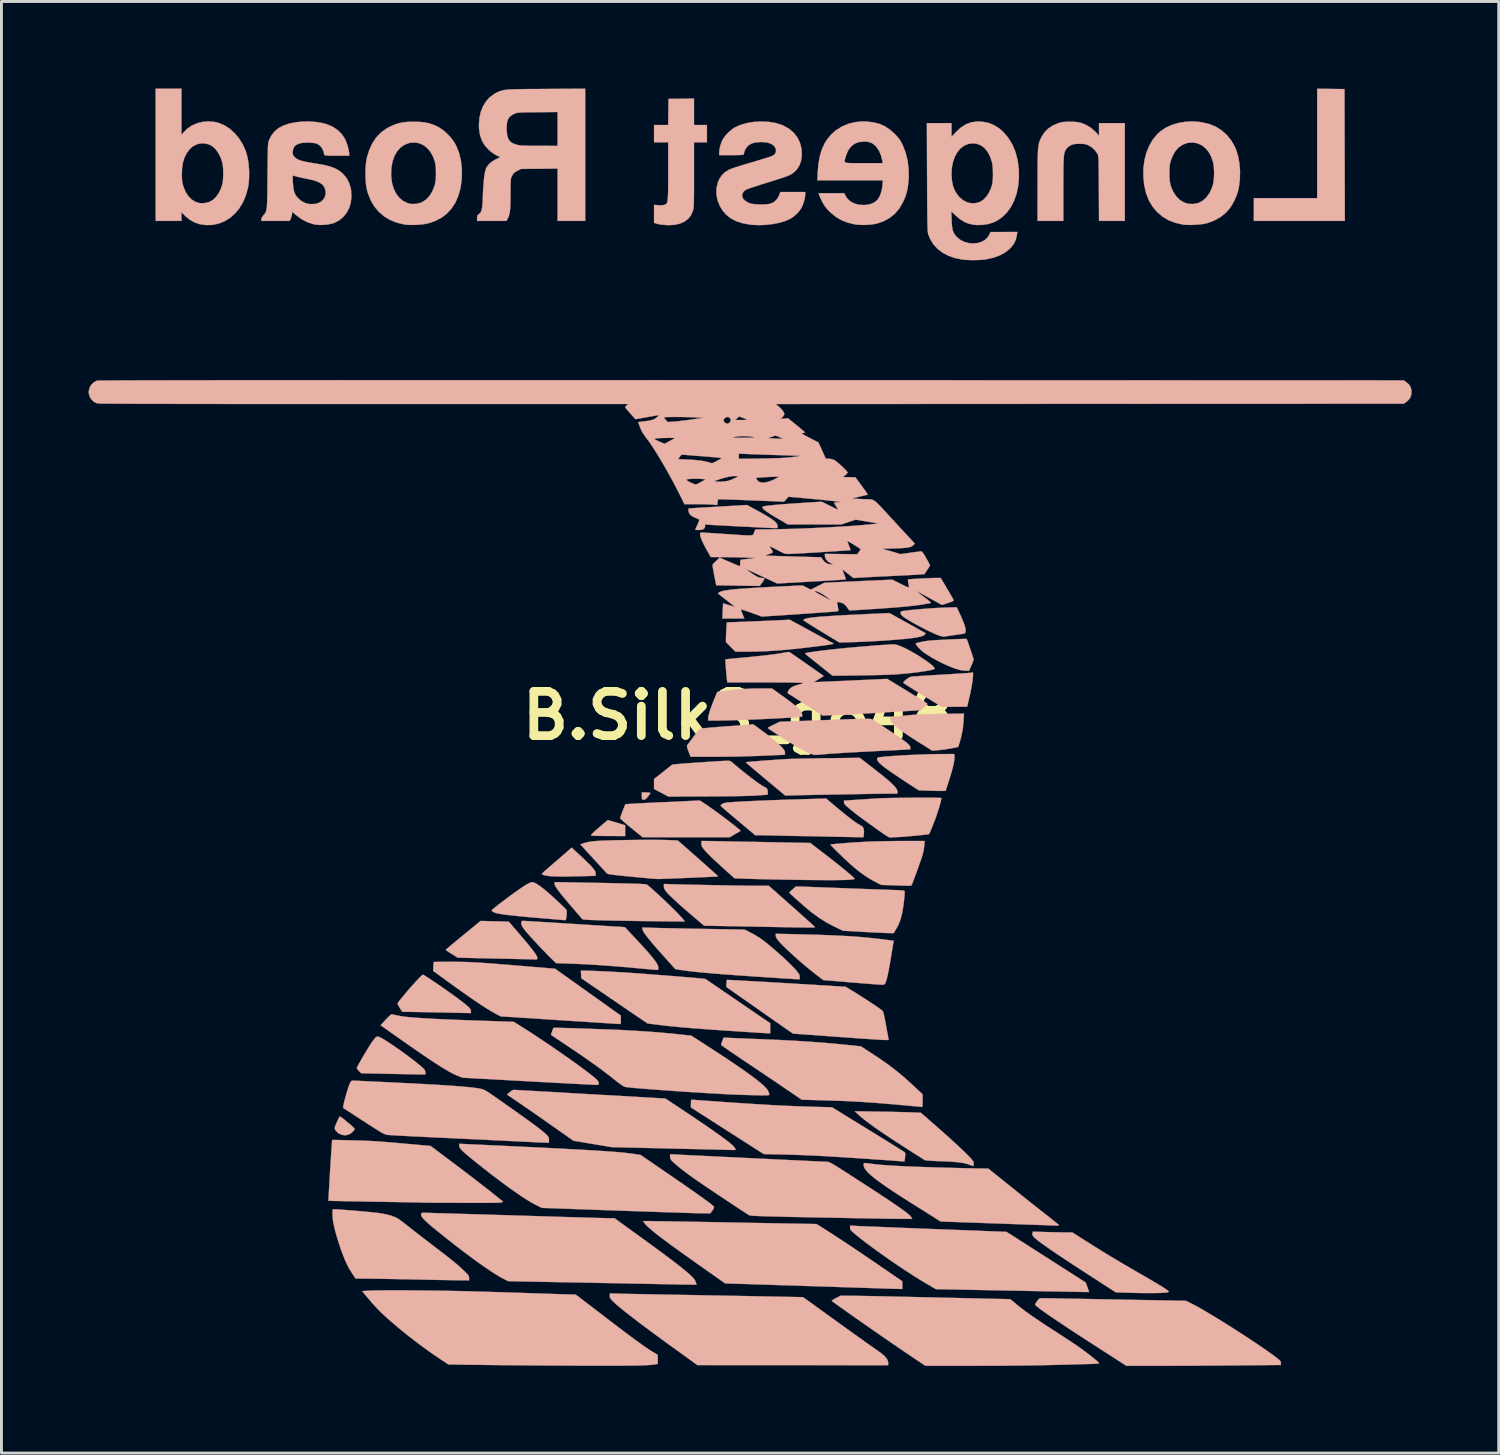
<source format=kicad_pcb>
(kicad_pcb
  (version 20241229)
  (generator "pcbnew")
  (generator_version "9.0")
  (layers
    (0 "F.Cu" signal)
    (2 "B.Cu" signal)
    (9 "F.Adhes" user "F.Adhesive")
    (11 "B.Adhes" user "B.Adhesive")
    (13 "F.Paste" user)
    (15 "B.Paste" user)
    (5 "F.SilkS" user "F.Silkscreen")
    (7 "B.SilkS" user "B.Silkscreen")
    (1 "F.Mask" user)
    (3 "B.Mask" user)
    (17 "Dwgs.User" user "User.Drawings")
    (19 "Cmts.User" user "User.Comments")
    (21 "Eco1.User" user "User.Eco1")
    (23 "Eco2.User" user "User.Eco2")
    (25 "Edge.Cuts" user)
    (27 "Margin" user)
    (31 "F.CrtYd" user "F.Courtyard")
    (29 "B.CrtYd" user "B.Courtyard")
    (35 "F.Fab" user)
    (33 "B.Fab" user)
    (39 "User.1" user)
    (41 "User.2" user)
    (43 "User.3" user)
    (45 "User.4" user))
  (footprint "B.SilkS_g848"
    (layer "F.Cu")
    (at 22.377 21.597)
    (property "Reference" "B.SilkS_g848" (at 0 0 0) (layer "F.SilkS") (effects (font (size 1.524 1.524) (thickness 0.3))))
    (attr through_hole)
    (fp_poly (pts (xy 20.41 -21.585) (xy 20.881 -21.579) (xy 20.892 -17.039) (xy 17.759 -17.039) (xy 17.759 -17.822) (xy 19.939 -17.822) (xy 19.939 -21.591) (xy 20.41 -21.585)) (stroke (width 0.01) (type solid)) (fill yes) (layer "B.SilkS"))
    (fp_poly (pts (xy -3.102 2.648) (xy -3.049 2.654) (xy -3.027 2.663) (xy -3.027 2.664) (xy -3.04 2.694) (xy -3.073 2.743) (xy -3.117 2.798) (xy -3.162 2.848) (xy -3.198 2.881) (xy -3.207 2.887) (xy -3.269 2.899) (xy -3.309 2.886) (xy -3.317 2.858) (xy -3.322 2.803) (xy -3.323 2.759) (xy -3.323 2.646) (xy -3.175 2.646) (xy -3.102 2.648)) (stroke (width 0.01) (type solid)) (fill yes) (layer "B.SilkS"))
    (fp_poly (pts (xy -4.192 3.686) (xy -3.895 3.776) (xy -3.895 4.149) (xy -4.461 4.147) (xy -4.613 4.146) (xy -4.752 4.144) (xy -4.873 4.142) (xy -4.969 4.139) (xy -5.034 4.135) (xy -5.062 4.131) (xy -5.069 4.12) (xy -5.056 4.095) (xy -5.019 4.055) (xy -4.956 3.995) (xy -4.862 3.913) (xy -4.854 3.905) (xy -4.763 3.827) (xy -4.68 3.755) (xy -4.61 3.696) (xy -4.562 3.655) (xy -4.55 3.645) (xy -4.49 3.597) (xy -4.192 3.686)) (stroke (width 0.01) (type solid)) (fill yes) (layer "B.SilkS"))
    (fp_poly (pts (xy -13.698 13.816) (xy -13.651 13.85) (xy -13.587 13.9) (xy -13.512 13.961) (xy -13.432 14.027) (xy -13.356 14.092) (xy -13.29 14.152) (xy -13.241 14.199) (xy -13.215 14.228) (xy -13.213 14.232) (xy -13.223 14.268) (xy -13.26 14.316) (xy -13.314 14.365) (xy -13.374 14.407) (xy -13.431 14.433) (xy -13.431 14.433) (xy -13.515 14.451) (xy -13.585 14.451) (xy -13.667 14.433) (xy -13.68 14.429) (xy -13.786 14.375) (xy -13.867 14.288) (xy -13.884 14.259) (xy -13.896 14.231) (xy -13.898 14.201) (xy -13.889 14.16) (xy -13.866 14.099) (xy -13.827 14.008) (xy -13.827 14.008) (xy -13.789 13.925) (xy -13.755 13.858) (xy -13.73 13.816) (xy -13.72 13.806) (xy -13.698 13.816)) (stroke (width 0.01) (type solid)) (fill yes) (layer "B.SilkS"))
    (fp_poly (pts (xy 7.762 0.174) (xy 7.734 0.461) (xy 7.679 0.735) (xy 7.628 0.913) (xy 7.577 1.076) (xy 7.434 1.109) (xy 7.111 1.167) (xy 6.847 1.195) (xy 6.678 1.207) (xy 6.265 0.947) (xy 6.037 0.802) (xy 5.843 0.676) (xy 5.682 0.566) (xy 5.551 0.47) (xy 5.446 0.388) (xy 5.367 0.316) (xy 5.309 0.253) (xy 5.272 0.197) (xy 5.254 0.156) (xy 5.242 0.102) (xy 5.242 0.066) (xy 5.245 0.062) (xy 5.269 0.056) (xy 5.33 0.047) (xy 5.42 0.035) (xy 5.534 0.022) (xy 5.665 0.007) (xy 5.736 -0.000027) (xy 5.897 -0.015) (xy 6.055 -0.028) (xy 6.218 -0.037) (xy 6.394 -0.045) (xy 6.592 -0.051) (xy 6.818 -0.056) (xy 6.994 -0.058) (xy 7.775 -0.068) (xy 7.762 0.174)) (stroke (width 0.01) (type solid)) (fill yes) (layer "B.SilkS"))
    (fp_poly (pts (xy -8.389 7.085) (xy -7.904 7.097) (xy -7.529 7.533) (xy -7.371 7.718) (xy -7.241 7.875) (xy -7.135 8.005) (xy -7.053 8.111) (xy -6.992 8.196) (xy -6.951 8.262) (xy -6.929 8.312) (xy -6.922 8.345) (xy -6.927 8.386) (xy -6.937 8.4) (xy -6.961 8.399) (xy -7.023 8.397) (xy -7.12 8.395) (xy -7.249 8.392) (xy -7.406 8.388) (xy -7.587 8.384) (xy -7.788 8.379) (xy -8.007 8.374) (xy -8.24 8.369) (xy -8.307 8.368) (xy -9.662 8.338) (xy -9.868 8.209) (xy -9.95 8.157) (xy -10.016 8.112) (xy -10.06 8.08) (xy -10.074 8.067) (xy -10.058 8.051) (xy -10.013 8.011) (xy -9.942 7.951) (xy -9.849 7.873) (xy -9.738 7.781) (xy -9.613 7.678) (xy -9.476 7.565) (xy -9.473 7.563) (xy -8.874 7.072) (xy -8.389 7.085)) (stroke (width 0.01) (type solid)) (fill yes) (layer "B.SilkS"))
    (fp_poly (pts (xy -5.457 4.806) (xy -5.354 4.902) (xy -5.251 5.001) (xy -5.157 5.094) (xy -5.08 5.173) (xy -5.043 5.213) (xy -4.978 5.288) (xy -4.939 5.343) (xy -4.918 5.387) (xy -4.911 5.428) (xy -4.911 5.44) (xy -4.911 5.518) (xy -5.422 5.532) (xy -5.7 5.538) (xy -5.938 5.542) (xy -6.139 5.542) (xy -6.306 5.539) (xy -6.44 5.533) (xy -6.53 5.525) (xy -6.611 5.513) (xy -6.684 5.496) (xy -6.719 5.485) (xy -6.739 5.478) (xy -6.754 5.472) (xy -6.763 5.465) (xy -6.761 5.452) (xy -6.747 5.432) (xy -6.718 5.402) (xy -6.67 5.357) (xy -6.601 5.296) (xy -6.507 5.215) (xy -6.388 5.112) (xy -6.276 5.016) (xy -6.159 4.915) (xy -6.051 4.821) (xy -5.955 4.738) (xy -5.877 4.67) (xy -5.822 4.621) (xy -5.796 4.598) (xy -5.74 4.546) (xy -5.457 4.806)) (stroke (width 0.01) (type solid)) (fill yes) (layer "B.SilkS"))
    (fp_poly (pts (xy 1.161 -0.935) (xy 1.464 -0.718) (xy 1.655 -0.58) (xy 1.813 -0.462) (xy 1.94 -0.361) (xy 2.039 -0.276) (xy 2.111 -0.204) (xy 2.161 -0.142) (xy 2.19 -0.089) (xy 2.201 -0.041) (xy 2.201 -0.033) (xy 2.201 0.038) (xy 2.058 0.051) (xy 1.931 0.061) (xy 1.767 0.072) (xy 1.574 0.083) (xy 1.357 0.095) (xy 1.122 0.107) (xy 0.876 0.118) (xy 0.625 0.129) (xy 0.375 0.14) (xy 0.132 0.149) (xy -0.097 0.156) (xy -0.306 0.163) (xy -0.49 0.167) (xy -0.641 0.169) (xy -0.693 0.169) (xy -1.037 0.169) (xy -1.037 0.087) (xy -1.028 0.021) (xy -1.003 -0.077) (xy -0.964 -0.202) (xy -0.912 -0.348) (xy -0.85 -0.509) (xy -0.807 -0.614) (xy -0.722 -0.815) (xy -0.546 -0.84) (xy -0.051 -0.899) (xy 0.426 -0.93) (xy 0.723 -0.935) (xy 1.161 -0.935)) (stroke (width 0.01) (type solid)) (fill yes) (layer "B.SilkS"))
    (fp_poly (pts (xy 7.447 1.437) (xy 7.445 1.512) (xy 7.431 1.608) (xy 7.405 1.73) (xy 7.366 1.88) (xy 7.312 2.062) (xy 7.245 2.275) (xy 7.142 2.593) (xy 6.974 2.594) (xy 6.887 2.594) (xy 6.772 2.592) (xy 6.644 2.589) (xy 6.517 2.584) (xy 6.509 2.584) (xy 6.212 2.572) (xy 5.749 2.269) (xy 5.526 2.122) (xy 5.338 1.995) (xy 5.181 1.886) (xy 5.054 1.793) (xy 4.954 1.715) (xy 4.88 1.65) (xy 4.828 1.595) (xy 4.797 1.549) (xy 4.784 1.511) (xy 4.784 1.502) (xy 4.787 1.466) (xy 4.806 1.446) (xy 4.851 1.435) (xy 4.884 1.431) (xy 5.014 1.417) (xy 5.179 1.402) (xy 5.371 1.388) (xy 5.583 1.375) (xy 5.808 1.362) (xy 6.037 1.351) (xy 6.263 1.341) (xy 6.479 1.333) (xy 6.677 1.328) (xy 6.826 1.326) (xy 7.44 1.323) (xy 7.447 1.437)) (stroke (width 0.01) (type solid)) (fill yes) (layer "B.SilkS"))
    (fp_poly (pts (xy 8.086 -1.396) (xy 8.08 -1.302) (xy 8.065 -1.175) (xy 8.042 -1.026) (xy 8.011 -0.861) (xy 7.975 -0.691) (xy 7.952 -0.593) (xy 7.884 -0.307) (xy 7.45 -0.303) (xy 7.017 -0.299) (xy 6.351 -0.707) (xy 6.2 -0.8) (xy 6.06 -0.886) (xy 5.937 -0.964) (xy 5.833 -1.03) (xy 5.753 -1.082) (xy 5.701 -1.118) (xy 5.681 -1.134) (xy 5.681 -1.134) (xy 5.693 -1.156) (xy 5.731 -1.196) (xy 5.783 -1.243) (xy 5.876 -1.308) (xy 5.959 -1.34) (xy 5.978 -1.343) (xy 6.017 -1.347) (xy 6.094 -1.352) (xy 6.203 -1.36) (xy 6.34 -1.369) (xy 6.499 -1.379) (xy 6.676 -1.39) (xy 6.866 -1.402) (xy 6.964 -1.407) (xy 7.159 -1.419) (xy 7.346 -1.43) (xy 7.517 -1.441) (xy 7.67 -1.451) (xy 7.797 -1.459) (xy 7.895 -1.466) (xy 7.958 -1.471) (xy 7.975 -1.473) (xy 8.086 -1.485) (xy 8.086 -1.396)) (stroke (width 0.01) (type solid)) (fill yes) (layer "B.SilkS"))
    (fp_poly (pts (xy 2.508 -2.902) (xy 2.671 -2.813) (xy 2.823 -2.731) (xy 2.959 -2.657) (xy 3.075 -2.594) (xy 3.168 -2.544) (xy 3.234 -2.51) (xy 3.267 -2.492) (xy 3.27 -2.491) (xy 3.283 -2.483) (xy 3.278 -2.474) (xy 3.251 -2.465) (xy 3.199 -2.454) (xy 3.119 -2.441) (xy 3.007 -2.424) (xy 2.859 -2.405) (xy 2.687 -2.383) (xy 2.275 -2.333) (xy 1.898 -2.292) (xy 1.551 -2.259) (xy 1.227 -2.234) (xy 0.92 -2.216) (xy 0.625 -2.206) (xy 0.335 -2.202) (xy 0.296 -2.202) (xy -0.096 -2.201) (xy -0.423 -2.53) (xy -0.423 -2.648) (xy -0.422 -2.722) (xy -0.418 -2.821) (xy -0.413 -2.931) (xy -0.41 -2.988) (xy -0.396 -3.209) (xy 0.516 -3.246) (xy 0.716 -3.254) (xy 0.909 -3.262) (xy 1.089 -3.269) (xy 1.251 -3.277) (xy 1.39 -3.283) (xy 1.5 -3.288) (xy 1.576 -3.292) (xy 1.598 -3.293) (xy 1.767 -3.305) (xy 2.508 -2.902)) (stroke (width 0.01) (type solid)) (fill yes) (layer "B.SilkS"))
    (fp_poly (pts (xy 0.751 0.472) (xy 0.973 0.637) (xy 1.159 0.783) (xy 1.311 0.91) (xy 1.431 1.019) (xy 1.487 1.075) (xy 1.55 1.145) (xy 1.588 1.197) (xy 1.605 1.24) (xy 1.609 1.276) (xy 1.609 1.348) (xy 1.288 1.363) (xy 0.909 1.38) (xy 0.561 1.393) (xy 0.235 1.403) (xy -0.081 1.411) (xy -0.397 1.415) (xy -0.724 1.417) (xy -0.847 1.417) (xy -1.64 1.418) (xy -1.711 1.239) (xy -1.742 1.152) (xy -1.761 1.083) (xy -1.767 1.04) (xy -1.765 1.032) (xy -1.747 1.008) (xy -1.71 0.956) (xy -1.657 0.886) (xy -1.595 0.803) (xy -1.529 0.716) (xy -1.464 0.63) (xy -1.407 0.555) (xy -1.361 0.496) (xy -1.334 0.461) (xy -1.33 0.456) (xy -1.306 0.45) (xy -1.244 0.442) (xy -1.148 0.432) (xy -1.024 0.42) (xy -0.875 0.406) (xy -0.705 0.392) (xy -0.52 0.378) (xy -0.397 0.368) (xy 0.519 0.301) (xy 0.751 0.472)) (stroke (width 0.01) (type solid)) (fill yes) (layer "B.SilkS"))
    (fp_poly (pts (xy -1.079 3.084) (xy -0.991 3.145) (xy -0.886 3.219) (xy -0.769 3.303) (xy -0.645 3.394) (xy -0.518 3.489) (xy -0.392 3.584) (xy -0.273 3.676) (xy -0.164 3.761) (xy -0.069 3.836) (xy 0.006 3.897) (xy 0.057 3.942) (xy 0.08 3.966) (xy 0.08 3.969) (xy 0.06 3.982) (xy 0.012 4.011) (xy -0.057 4.051) (xy -0.113 4.083) (xy -0.3 4.191) (xy -3.292 4.191) (xy -3.683 3.874) (xy -3.793 3.783) (xy -3.89 3.701) (xy -3.971 3.63) (xy -4.03 3.575) (xy -4.064 3.54) (xy -4.069 3.53) (xy -4.06 3.497) (xy -4.038 3.437) (xy -4.01 3.36) (xy -3.977 3.275) (xy -3.945 3.192) (xy -3.916 3.121) (xy -3.895 3.071) (xy -3.885 3.053) (xy -3.863 3.05) (xy -3.802 3.045) (xy -3.705 3.039) (xy -3.578 3.032) (xy -3.423 3.023) (xy -3.244 3.014) (xy -3.046 3.004) (xy -2.83 2.993) (xy -2.602 2.983) (xy -2.598 2.983) (xy -1.323 2.924) (xy -1.079 3.084)) (stroke (width 0.01) (type solid)) (fill yes) (layer "B.SilkS"))
    (fp_poly (pts (xy -12.382 11.063) (xy -12.337 11.082) (xy -12.261 11.121) (xy -12.16 11.181) (xy -12.04 11.258) (xy -11.904 11.349) (xy -11.758 11.45) (xy -11.606 11.557) (xy -11.455 11.667) (xy -11.308 11.777) (xy -11.17 11.882) (xy -11.047 11.979) (xy -10.944 12.065) (xy -10.864 12.135) (xy -10.814 12.187) (xy -10.806 12.197) (xy -10.781 12.255) (xy -10.774 12.303) (xy -10.774 12.361) (xy -11.012 12.358) (xy -11.087 12.357) (xy -11.197 12.355) (xy -11.338 12.352) (xy -11.502 12.349) (xy -11.684 12.345) (xy -11.878 12.341) (xy -12.076 12.337) (xy -12.117 12.336) (xy -12.985 12.318) (xy -13.065 12.24) (xy -13.109 12.191) (xy -13.136 12.152) (xy -13.14 12.138) (xy -13.125 12.104) (xy -13.092 12.04) (xy -13.044 11.954) (xy -12.986 11.852) (xy -12.92 11.739) (xy -12.852 11.623) (xy -12.784 11.511) (xy -12.721 11.408) (xy -12.666 11.322) (xy -12.624 11.258) (xy -12.616 11.247) (xy -12.55 11.157) (xy -12.501 11.098) (xy -12.461 11.065) (xy -12.424 11.055) (xy -12.382 11.063)) (stroke (width 0.01) (type solid)) (fill yes) (layer "B.SilkS"))
    (fp_poly (pts (xy 5.741 -3.235) (xy 5.883 -3.156) (xy 6.018 -3.082) (xy 6.139 -3.014) (xy 6.241 -2.957) (xy 6.318 -2.914) (xy 6.364 -2.887) (xy 6.368 -2.885) (xy 6.46 -2.832) (xy 6.413 -2.783) (xy 6.379 -2.758) (xy 6.322 -2.734) (xy 6.242 -2.712) (xy 6.135 -2.691) (xy 6 -2.671) (xy 5.833 -2.651) (xy 5.632 -2.631) (xy 5.395 -2.612) (xy 5.119 -2.591) (xy 5.006 -2.583) (xy 4.818 -2.571) (xy 4.616 -2.56) (xy 4.411 -2.549) (xy 4.216 -2.54) (xy 4.043 -2.533) (xy 3.937 -2.53) (xy 3.482 -2.519) (xy 2.863 -2.894) (xy 2.717 -2.983) (xy 2.583 -3.066) (xy 2.466 -3.139) (xy 2.37 -3.2) (xy 2.298 -3.247) (xy 2.255 -3.277) (xy 2.244 -3.287) (xy 2.253 -3.306) (xy 2.282 -3.324) (xy 2.332 -3.341) (xy 2.407 -3.357) (xy 2.506 -3.373) (xy 2.633 -3.388) (xy 2.79 -3.403) (xy 2.978 -3.417) (xy 3.199 -3.432) (xy 3.455 -3.448) (xy 3.749 -3.464) (xy 4.081 -3.48) (xy 4.333 -3.492) (xy 5.206 -3.532) (xy 5.741 -3.235)) (stroke (width 0.01) (type solid)) (fill yes) (layer "B.SilkS"))
    (fp_poly (pts (xy 10.59 17.787) (xy 10.742 17.792) (xy 10.898 17.795) (xy 11.045 17.798) (xy 11.173 17.8) (xy 11.271 17.801) (xy 11.507 17.801) (xy 11.961 18.09) (xy 12.259 18.278) (xy 12.551 18.46) (xy 12.847 18.64) (xy 13.155 18.824) (xy 13.484 19.017) (xy 13.841 19.224) (xy 13.843 19.225) (xy 14.081 19.363) (xy 14.284 19.481) (xy 14.452 19.581) (xy 14.587 19.664) (xy 14.691 19.73) (xy 14.765 19.781) (xy 14.811 19.817) (xy 14.83 19.839) (xy 14.831 19.844) (xy 14.805 19.859) (xy 14.738 19.871) (xy 14.633 19.88) (xy 14.492 19.886) (xy 14.315 19.89) (xy 14.105 19.89) (xy 13.864 19.888) (xy 13.594 19.882) (xy 13.388 19.876) (xy 13.007 19.865) (xy 12.224 19.36) (xy 11.87 19.132) (xy 11.553 18.925) (xy 11.269 18.738) (xy 11.02 18.572) (xy 10.804 18.426) (xy 10.62 18.298) (xy 10.467 18.19) (xy 10.345 18.099) (xy 10.253 18.025) (xy 10.19 17.969) (xy 10.178 17.956) (xy 10.139 17.904) (xy 10.13 17.855) (xy 10.133 17.835) (xy 10.145 17.773) (xy 10.59 17.787)) (stroke (width 0.01) (type solid)) (fill yes) (layer "B.SilkS"))
    (fp_poly (pts (xy 7.629 -3.511) (xy 7.704 -3.345) (xy 7.76 -3.211) (xy 7.799 -3.103) (xy 7.822 -3.017) (xy 7.831 -2.947) (xy 7.832 -2.933) (xy 7.832 -2.896) (xy 7.829 -2.869) (xy 7.818 -2.848) (xy 7.792 -2.833) (xy 7.746 -2.819) (xy 7.676 -2.807) (xy 7.574 -2.792) (xy 7.44 -2.773) (xy 7.327 -2.757) (xy 7.227 -2.742) (xy 7.149 -2.73) (xy 7.101 -2.722) (xy 7.091 -2.72) (xy 7.055 -2.722) (xy 6.993 -2.735) (xy 6.932 -2.752) (xy 6.84 -2.786) (xy 6.723 -2.837) (xy 6.587 -2.9) (xy 6.439 -2.973) (xy 6.286 -3.052) (xy 6.135 -3.133) (xy 5.992 -3.213) (xy 5.863 -3.289) (xy 5.756 -3.356) (xy 5.677 -3.411) (xy 5.646 -3.436) (xy 5.604 -3.49) (xy 5.588 -3.542) (xy 5.602 -3.582) (xy 5.61 -3.588) (xy 5.643 -3.597) (xy 5.712 -3.609) (xy 5.812 -3.621) (xy 5.937 -3.635) (xy 6.08 -3.649) (xy 6.236 -3.664) (xy 6.4 -3.677) (xy 6.565 -3.69) (xy 6.725 -3.701) (xy 6.875 -3.71) (xy 7.008 -3.716) (xy 7.07 -3.719) (xy 7.526 -3.732) (xy 7.629 -3.511)) (stroke (width 0.01) (type solid)) (fill yes) (layer "B.SilkS"))
    (fp_poly (pts (xy 7.863 -2.641) (xy 7.865 -2.641) (xy 7.876 -2.617) (xy 7.897 -2.562) (xy 7.925 -2.482) (xy 7.959 -2.387) (xy 7.994 -2.284) (xy 8.029 -2.181) (xy 8.061 -2.086) (xy 8.086 -2.007) (xy 8.102 -1.953) (xy 8.107 -1.933) (xy 8.099 -1.901) (xy 8.077 -1.841) (xy 8.046 -1.763) (xy 8.029 -1.724) (xy 7.952 -1.545) (xy 7.833 -1.547) (xy 7.742 -1.553) (xy 7.646 -1.568) (xy 7.609 -1.577) (xy 7.446 -1.629) (xy 7.259 -1.702) (xy 7.061 -1.791) (xy 6.861 -1.891) (xy 6.671 -1.996) (xy 6.5 -2.101) (xy 6.382 -2.183) (xy 6.321 -2.233) (xy 6.258 -2.293) (xy 6.199 -2.355) (xy 6.15 -2.412) (xy 6.118 -2.456) (xy 6.11 -2.481) (xy 6.112 -2.483) (xy 6.163 -2.503) (xy 6.245 -2.526) (xy 6.349 -2.547) (xy 6.462 -2.567) (xy 6.572 -2.581) (xy 6.642 -2.587) (xy 6.739 -2.594) (xy 6.857 -2.601) (xy 6.991 -2.609) (xy 7.134 -2.616) (xy 7.28 -2.623) (xy 7.422 -2.63) (xy 7.555 -2.635) (xy 7.672 -2.639) (xy 7.766 -2.642) (xy 7.832 -2.643) (xy 7.863 -2.641)) (stroke (width 0.01) (type solid)) (fill yes) (layer "B.SilkS"))
    (fp_poly (pts (xy -0.331 1.558) (xy -0.294 1.561) (xy -0.271 1.565) (xy -0.258 1.572) (xy -0.257 1.572) (xy -0.067 1.733) (xy 0.117 1.885) (xy 0.291 2.025) (xy 0.451 2.15) (xy 0.594 2.257) (xy 0.716 2.344) (xy 0.813 2.407) (xy 0.863 2.435) (xy 0.94 2.477) (xy 0.985 2.513) (xy 1.008 2.554) (xy 1.015 2.611) (xy 1.016 2.637) (xy 1.016 2.723) (xy 0.661 2.75) (xy 0.553 2.757) (xy 0.405 2.763) (xy 0.22 2.768) (xy 0.000131 2.773) (xy -0.251 2.777) (xy -0.532 2.78) (xy -0.84 2.783) (xy -1.048 2.784) (xy -2.402 2.79) (xy -2.9 2.529) (xy -2.9 2.357) (xy -2.9 2.184) (xy -2.598 1.945) (xy -2.5 1.868) (xy -2.413 1.799) (xy -2.342 1.743) (xy -2.294 1.705) (xy -2.274 1.69) (xy -2.249 1.685) (xy -2.186 1.678) (xy -2.089 1.669) (xy -1.963 1.658) (xy -1.811 1.646) (xy -1.639 1.634) (xy -1.45 1.62) (xy -1.272 1.608) (xy -1.039 1.592) (xy -0.845 1.58) (xy -0.686 1.57) (xy -0.559 1.564) (xy -0.46 1.559) (xy -0.385 1.557) (xy -0.331 1.558)) (stroke (width 0.01) (type solid)) (fill yes) (layer "B.SilkS"))
    (fp_poly (pts (xy 3.35 3.129) (xy 3.552 3.297) (xy 3.731 3.442) (xy 3.886 3.563) (xy 4.014 3.658) (xy 4.116 3.726) (xy 4.171 3.758) (xy 4.232 3.791) (xy 4.277 3.823) (xy 4.29 3.835) (xy 4.321 3.904) (xy 4.332 4.003) (xy 4.326 4.086) (xy 4.313 4.191) (xy 4.141 4.188) (xy 4.092 4.187) (xy 4.006 4.185) (xy 3.884 4.183) (xy 3.73 4.18) (xy 3.549 4.176) (xy 3.343 4.172) (xy 3.117 4.167) (xy 2.874 4.163) (xy 2.617 4.157) (xy 2.35 4.152) (xy 2.275 4.151) (xy 0.582 4.117) (xy -0.004 3.625) (xy -0.139 3.511) (xy -0.264 3.406) (xy -0.375 3.312) (xy -0.468 3.232) (xy -0.539 3.169) (xy -0.586 3.128) (xy -0.603 3.111) (xy -0.601 3.081) (xy -0.566 3.049) (xy -0.507 3.021) (xy -0.435 3.001) (xy -0.413 2.998) (xy -0.324 2.989) (xy -0.196 2.979) (xy -0.033 2.969) (xy 0.159 2.958) (xy 0.379 2.947) (xy 0.621 2.936) (xy 0.882 2.925) (xy 1.157 2.914) (xy 1.443 2.904) (xy 1.737 2.894) (xy 1.911 2.889) (xy 3.028 2.857) (xy 3.35 3.129)) (stroke (width 0.01) (type solid)) (fill yes) (layer "B.SilkS"))
    (fp_poly (pts (xy -10.833 8.935) (xy -10.776 8.969) (xy -10.693 9.022) (xy -10.59 9.09) (xy -10.471 9.17) (xy -10.34 9.259) (xy -10.202 9.354) (xy -10.062 9.452) (xy -9.924 9.55) (xy -9.792 9.644) (xy -9.672 9.732) (xy -9.568 9.81) (xy -9.483 9.875) (xy -9.483 9.875) (xy -9.378 9.96) (xy -9.303 10.024) (xy -9.253 10.074) (xy -9.224 10.115) (xy -9.21 10.151) (xy -9.207 10.179) (xy -9.207 10.245) (xy -9.456 10.241) (xy -9.543 10.239) (xy -9.665 10.237) (xy -9.812 10.234) (xy -9.977 10.23) (xy -10.151 10.227) (xy -10.326 10.223) (xy -10.34 10.222) (xy -10.518 10.219) (xy -10.699 10.215) (xy -10.874 10.212) (xy -11.034 10.209) (xy -11.17 10.207) (xy -11.272 10.205) (xy -11.274 10.205) (xy -11.573 10.202) (xy -11.661 10.062) (xy -11.705 9.989) (xy -11.728 9.941) (xy -11.732 9.91) (xy -11.722 9.888) (xy -11.636 9.778) (xy -11.54 9.66) (xy -11.437 9.537) (xy -11.332 9.415) (xy -11.229 9.297) (xy -11.131 9.188) (xy -11.042 9.092) (xy -10.966 9.013) (xy -10.908 8.957) (xy -10.87 8.927) (xy -10.86 8.923) (xy -10.833 8.935)) (stroke (width 0.01) (type solid)) (fill yes) (layer "B.SilkS"))
    (fp_poly (pts (xy 1.804 7.526) (xy 2.211 7.535) (xy 2.58 7.545) (xy 2.914 7.556) (xy 3.218 7.567) (xy 3.496 7.58) (xy 3.753 7.594) (xy 3.991 7.609) (xy 4.215 7.626) (xy 4.43 7.646) (xy 4.638 7.667) (xy 4.846 7.691) (xy 4.894 7.697) (xy 5.353 7.754) (xy 5.343 7.809) (xy 5.337 7.845) (xy 5.326 7.916) (xy 5.31 8.016) (xy 5.29 8.136) (xy 5.268 8.271) (xy 5.259 8.329) (xy 5.22 8.56) (xy 5.185 8.753) (xy 5.153 8.911) (xy 5.123 9.037) (xy 5.094 9.136) (xy 5.072 9.194) (xy 5.051 9.239) (xy 5.028 9.261) (xy 4.988 9.269) (xy 4.928 9.268) (xy 4.883 9.266) (xy 4.802 9.261) (xy 4.687 9.252) (xy 4.546 9.242) (xy 4.382 9.229) (xy 4.2 9.215) (xy 4.006 9.199) (xy 3.872 9.188) (xy 2.929 9.11) (xy 2.676 8.917) (xy 2.367 8.67) (xy 2.05 8.399) (xy 1.74 8.116) (xy 1.666 8.045) (xy 1.541 7.923) (xy 1.445 7.824) (xy 1.375 7.744) (xy 1.329 7.68) (xy 1.302 7.628) (xy 1.291 7.584) (xy 1.291 7.575) (xy 1.291 7.514) (xy 1.804 7.526)) (stroke (width 0.01) (type solid)) (fill yes) (layer "B.SilkS"))
    (fp_poly (pts (xy -1.524 -20.341) (xy -1.079 -20.341) (xy -1.079 -19.748) (xy -1.524 -19.748) (xy -1.524 -18.629) (xy -1.524 -18.381) (xy -1.524 -18.172) (xy -1.525 -17.998) (xy -1.526 -17.855) (xy -1.528 -17.739) (xy -1.53 -17.646) (xy -1.534 -17.573) (xy -1.538 -17.515) (xy -1.543 -17.47) (xy -1.55 -17.433) (xy -1.558 -17.4) (xy -1.566 -17.373) (xy -1.632 -17.226) (xy -1.731 -17.105) (xy -1.86 -17.01) (xy -2.018 -16.942) (xy -2.202 -16.903) (xy -2.412 -16.892) (xy -2.645 -16.91) (xy -2.667 -16.913) (xy -2.745 -16.927) (xy -2.814 -16.944) (xy -2.842 -16.953) (xy -2.9 -16.975) (xy -2.9 -17.593) (xy -2.764 -17.578) (xy -2.643 -17.574) (xy -2.55 -17.59) (xy -2.52 -17.6) (xy -2.495 -17.612) (xy -2.474 -17.63) (xy -2.457 -17.656) (xy -2.443 -17.695) (xy -2.433 -17.749) (xy -2.425 -17.822) (xy -2.42 -17.918) (xy -2.416 -18.041) (xy -2.414 -18.193) (xy -2.413 -18.379) (xy -2.413 -18.601) (xy -2.413 -18.753) (xy -2.413 -19.748) (xy -2.9 -19.748) (xy -2.9 -20.341) (xy -2.414 -20.341) (xy -2.408 -20.791) (xy -2.402 -21.241) (xy -1.963 -21.246) (xy -1.524 -21.252) (xy -1.524 -20.341)) (stroke (width 0.01) (type solid)) (fill yes) (layer "B.SilkS"))
    (fp_poly (pts (xy -1.588 13.231) (xy -1.526 13.235) (xy -1.432 13.241) (xy -1.311 13.25) (xy -1.167 13.26) (xy -1.007 13.272) (xy -0.877 13.281) (xy -0.407 13.315) (xy 0.025 13.344) (xy 0.423 13.37) (xy 0.792 13.393) (xy 1.135 13.413) (xy 1.457 13.43) (xy 1.763 13.444) (xy 2.056 13.456) (xy 2.34 13.466) (xy 2.621 13.474) (xy 2.635 13.475) (xy 3.228 13.49) (xy 4.466 14.252) (xy 4.675 14.38) (xy 4.873 14.503) (xy 5.059 14.618) (xy 5.228 14.722) (xy 5.378 14.816) (xy 5.505 14.895) (xy 5.608 14.96) (xy 5.682 15.006) (xy 5.725 15.034) (xy 5.734 15.041) (xy 5.749 15.065) (xy 5.754 15.106) (xy 5.749 15.174) (xy 5.745 15.212) (xy 5.726 15.357) (xy 4.932 15.301) (xy 4.511 15.271) (xy 4.127 15.245) (xy 3.778 15.222) (xy 3.46 15.202) (xy 3.167 15.184) (xy 2.897 15.169) (xy 2.646 15.156) (xy 2.408 15.145) (xy 2.181 15.136) (xy 1.96 15.128) (xy 1.741 15.122) (xy 1.524 15.116) (xy 0.878 15.102) (xy -0.376 14.3) (xy -1.63 13.497) (xy -1.63 13.363) (xy -1.627 13.294) (xy -1.621 13.246) (xy -1.612 13.229) (xy -1.588 13.231)) (stroke (width 0.01) (type solid)) (fill yes) (layer "B.SilkS"))
    (fp_poly (pts (xy -9.878 8.478) (xy -9.743 8.479) (xy -9.614 8.481) (xy -9.488 8.483) (xy -9.36 8.487) (xy -9.226 8.492) (xy -9.084 8.499) (xy -8.928 8.508) (xy -8.756 8.52) (xy -8.563 8.534) (xy -8.346 8.55) (xy -8.1 8.57) (xy -7.822 8.592) (xy -7.508 8.618) (xy -7.298 8.636) (xy -6.309 8.719) (xy -5.176 9.526) (xy -4.043 10.333) (xy -4.043 10.479) (xy -4.044 10.557) (xy -4.05 10.601) (xy -4.062 10.62) (xy -4.08 10.623) (xy -4.106 10.621) (xy -4.171 10.617) (xy -4.273 10.61) (xy -4.408 10.602) (xy -4.573 10.591) (xy -4.766 10.579) (xy -4.984 10.565) (xy -5.223 10.549) (xy -5.48 10.533) (xy -5.754 10.515) (xy -6.04 10.497) (xy -6.149 10.49) (xy -8.182 10.359) (xy -8.386 10.252) (xy -8.5 10.188) (xy -8.637 10.105) (xy -8.799 10.002) (xy -8.986 9.877) (xy -9.2 9.731) (xy -9.442 9.562) (xy -9.713 9.369) (xy -10.015 9.152) (xy -10.266 8.97) (xy -10.509 8.792) (xy -10.502 8.645) (xy -10.497 8.571) (xy -10.491 8.514) (xy -10.485 8.488) (xy -10.485 8.488) (xy -10.461 8.485) (xy -10.402 8.483) (xy -10.31 8.481) (xy -10.193 8.479) (xy -10.055 8.479) (xy -9.902 8.478) (xy -9.878 8.478)) (stroke (width 0.01) (type solid)) (fill yes) (layer "B.SilkS"))
    (fp_poly (pts (xy -1.158 4.318) (xy -1.086 4.319) (xy -0.978 4.321) (xy -0.838 4.323) (xy -0.668 4.326) (xy -0.472 4.33) (xy -0.254 4.334) (xy -0.016 4.339) (xy 0.238 4.343) (xy 0.505 4.348) (xy 0.685 4.352) (xy 2.481 4.386) (xy 2.98 4.77) (xy 3.159 4.909) (xy 3.328 5.042) (xy 3.486 5.167) (xy 3.629 5.283) (xy 3.753 5.385) (xy 3.856 5.472) (xy 3.936 5.542) (xy 3.988 5.591) (xy 4.009 5.618) (xy 4.01 5.62) (xy 3.995 5.632) (xy 3.95 5.642) (xy 3.871 5.65) (xy 3.76 5.657) (xy 3.614 5.662) (xy 3.434 5.665) (xy 3.216 5.667) (xy 2.962 5.666) (xy 2.669 5.664) (xy 2.336 5.661) (xy 1.964 5.655) (xy 1.587 5.649) (xy 1.374 5.645) (xy 1.159 5.641) (xy 0.948 5.636) (xy 0.75 5.632) (xy 0.571 5.627) (xy 0.417 5.623) (xy 0.297 5.62) (xy 0.26 5.618) (xy -0.126 5.605) (xy -0.554 5.221) (xy -0.677 5.109) (xy -0.798 4.997) (xy -0.91 4.89) (xy -1.007 4.794) (xy -1.084 4.716) (xy -1.126 4.67) (xy -1.192 4.592) (xy -1.234 4.537) (xy -1.257 4.494) (xy -1.268 4.454) (xy -1.27 4.411) (xy -1.27 4.318) (xy -1.191 4.318) (xy -1.158 4.318)) (stroke (width 0.01) (type solid)) (fill yes) (layer "B.SilkS"))
    (fp_poly (pts (xy -7.032 5.75) (xy -6.955 5.79) (xy -6.858 5.852) (xy -6.748 5.933) (xy -6.631 6.028) (xy -6.624 6.033) (xy -6.529 6.116) (xy -6.426 6.207) (xy -6.321 6.303) (xy -6.218 6.398) (xy -6.122 6.488) (xy -6.038 6.569) (xy -5.972 6.635) (xy -5.927 6.683) (xy -5.909 6.707) (xy -5.909 6.707) (xy -5.907 6.742) (xy -5.909 6.806) (xy -5.915 6.886) (xy -5.916 6.893) (xy -5.925 6.975) (xy -5.936 7.022) (xy -5.951 7.043) (xy -5.966 7.046) (xy -5.994 7.043) (xy -6.06 7.038) (xy -6.158 7.03) (xy -6.282 7.02) (xy -6.428 7.007) (xy -6.589 6.994) (xy -6.704 6.984) (xy -7.028 6.957) (xy -7.312 6.932) (xy -7.559 6.908) (xy -7.77 6.886) (xy -7.949 6.866) (xy -8.097 6.846) (xy -8.218 6.826) (xy -8.313 6.807) (xy -8.384 6.787) (xy -8.435 6.766) (xy -8.467 6.745) (xy -8.484 6.721) (xy -8.487 6.701) (xy -8.47 6.683) (xy -8.424 6.643) (xy -8.353 6.585) (xy -8.262 6.513) (xy -8.154 6.43) (xy -8.058 6.358) (xy -7.851 6.203) (xy -7.673 6.074) (xy -7.524 5.969) (xy -7.399 5.885) (xy -7.297 5.822) (xy -7.215 5.777) (xy -7.15 5.749) (xy -7.1 5.737) (xy -7.084 5.736) (xy -7.032 5.75)) (stroke (width 0.01) (type solid)) (fill yes) (layer "B.SilkS"))
    (fp_poly (pts (xy 3.413 5.936) (xy 3.669 5.946) (xy 3.923 5.956) (xy 4.172 5.965) (xy 4.408 5.974) (xy 4.629 5.982) (xy 4.828 5.989) (xy 5.001 5.995) (xy 5.142 6) (xy 5.247 6.004) (xy 5.264 6.004) (xy 5.395 6.009) (xy 5.513 6.015) (xy 5.61 6.021) (xy 5.68 6.027) (xy 5.715 6.033) (xy 5.717 6.034) (xy 5.727 6.05) (xy 5.732 6.086) (xy 5.73 6.149) (xy 5.723 6.243) (xy 5.716 6.311) (xy 5.688 6.549) (xy 5.655 6.752) (xy 5.616 6.925) (xy 5.569 7.077) (xy 5.512 7.214) (xy 5.45 7.329) (xy 5.354 7.493) (xy 5.169 7.49) (xy 5.102 7.488) (xy 5 7.484) (xy 4.868 7.478) (xy 4.716 7.471) (xy 4.548 7.462) (xy 4.372 7.453) (xy 4.293 7.448) (xy 3.601 7.409) (xy 3.319 7.272) (xy 3.059 7.136) (xy 2.812 6.984) (xy 2.564 6.806) (xy 2.532 6.781) (xy 2.472 6.734) (xy 2.395 6.669) (xy 2.305 6.593) (xy 2.208 6.508) (xy 2.109 6.421) (xy 2.012 6.336) (xy 1.924 6.257) (xy 1.85 6.189) (xy 1.794 6.136) (xy 1.762 6.104) (xy 1.757 6.096) (xy 1.772 6.077) (xy 1.811 6.038) (xy 1.866 5.988) (xy 1.873 5.983) (xy 1.989 5.883) (xy 3.413 5.936)) (stroke (width 0.01) (type solid)) (fill yes) (layer "B.SilkS"))
    (fp_poly (pts (xy 4.564 1.747) (xy 4.776 1.912) (xy 4.956 2.055) (xy 5.106 2.178) (xy 5.227 2.283) (xy 5.322 2.372) (xy 5.392 2.447) (xy 5.441 2.511) (xy 5.47 2.564) (xy 5.482 2.609) (xy 5.482 2.618) (xy 5.482 2.688) (xy 5.255 2.688) (xy 5.18 2.689) (xy 5.067 2.69) (xy 4.921 2.692) (xy 4.748 2.694) (xy 4.55 2.697) (xy 4.334 2.7) (xy 4.104 2.704) (xy 3.864 2.708) (xy 3.619 2.712) (xy 3.375 2.717) (xy 3.135 2.721) (xy 2.904 2.725) (xy 2.687 2.729) (xy 2.49 2.733) (xy 2.315 2.737) (xy 2.168 2.74) (xy 2.127 2.741) (xy 1.619 2.754) (xy 0.942 2.189) (xy 0.797 2.068) (xy 0.662 1.955) (xy 0.541 1.853) (xy 0.437 1.765) (xy 0.354 1.694) (xy 0.295 1.643) (xy 0.263 1.615) (xy 0.259 1.61) (xy 0.278 1.604) (xy 0.338 1.596) (xy 0.438 1.586) (xy 0.577 1.574) (xy 0.753 1.56) (xy 0.966 1.544) (xy 1.214 1.527) (xy 1.497 1.508) (xy 1.598 1.501) (xy 1.682 1.497) (xy 1.803 1.492) (xy 1.955 1.488) (xy 2.133 1.483) (xy 2.332 1.479) (xy 2.545 1.475) (xy 2.769 1.471) (xy 2.996 1.468) (xy 3.05 1.468) (xy 4.185 1.454) (xy 4.564 1.747)) (stroke (width 0.01) (type solid)) (fill yes) (layer "B.SilkS"))
    (fp_poly (pts (xy 4.837 13.64) (xy 5.035 13.643) (xy 5.234 13.647) (xy 5.426 13.651) (xy 5.604 13.655) (xy 5.76 13.659) (xy 5.888 13.663) (xy 5.976 13.666) (xy 6.29 13.679) (xy 6.897 14.21) (xy 7.049 14.345) (xy 7.206 14.484) (xy 7.359 14.623) (xy 7.504 14.756) (xy 7.634 14.877) (xy 7.742 14.98) (xy 7.805 15.041) (xy 7.908 15.143) (xy 7.984 15.221) (xy 8.038 15.279) (xy 8.073 15.322) (xy 8.094 15.355) (xy 8.104 15.384) (xy 8.107 15.413) (xy 8.107 15.428) (xy 8.103 15.482) (xy 8.095 15.512) (xy 8.091 15.514) (xy 8.064 15.506) (xy 8.011 15.487) (xy 7.969 15.471) (xy 7.877 15.439) (xy 7.767 15.413) (xy 7.635 15.392) (xy 7.475 15.375) (xy 7.285 15.361) (xy 7.057 15.351) (xy 6.983 15.348) (xy 6.837 15.343) (xy 6.705 15.336) (xy 6.592 15.33) (xy 6.505 15.323) (xy 6.449 15.317) (xy 6.432 15.314) (xy 6.407 15.298) (xy 6.351 15.263) (xy 6.27 15.211) (xy 6.169 15.148) (xy 6.053 15.075) (xy 5.969 15.021) (xy 5.606 14.789) (xy 5.28 14.577) (xy 4.991 14.383) (xy 4.738 14.209) (xy 4.521 14.053) (xy 4.34 13.915) (xy 4.195 13.795) (xy 4.128 13.735) (xy 4.011 13.627) (xy 4.837 13.64)) (stroke (width 0.01) (type solid)) (fill yes) (layer "B.SilkS"))
    (fp_poly (pts (xy 6.407 4.482) (xy 6.394 4.588) (xy 6.371 4.707) (xy 6.343 4.815) (xy 6.343 4.815) (xy 6.323 4.879) (xy 6.29 4.973) (xy 6.248 5.091) (xy 6.201 5.225) (xy 6.15 5.365) (xy 6.099 5.505) (xy 6.051 5.636) (xy 6.008 5.749) (xy 5.979 5.826) (xy 5.974 5.837) (xy 5.967 5.846) (xy 5.953 5.852) (xy 5.928 5.856) (xy 5.887 5.859) (xy 5.826 5.859) (xy 5.74 5.858) (xy 5.626 5.855) (xy 5.479 5.85) (xy 5.295 5.844) (xy 5.271 5.843) (xy 4.921 5.831) (xy 4.702 5.717) (xy 4.538 5.626) (xy 4.376 5.524) (xy 4.213 5.407) (xy 4.041 5.271) (xy 3.858 5.113) (xy 3.657 4.928) (xy 3.487 4.765) (xy 3.393 4.673) (xy 3.311 4.59) (xy 3.244 4.522) (xy 3.198 4.473) (xy 3.176 4.448) (xy 3.175 4.446) (xy 3.195 4.439) (xy 3.253 4.431) (xy 3.342 4.421) (xy 3.459 4.41) (xy 3.597 4.398) (xy 3.752 4.386) (xy 3.919 4.374) (xy 4.092 4.363) (xy 4.266 4.353) (xy 4.437 4.344) (xy 4.551 4.339) (xy 4.698 4.334) (xy 4.877 4.329) (xy 5.078 4.325) (xy 5.288 4.322) (xy 5.498 4.319) (xy 5.698 4.318) (xy 5.723 4.318) (xy 6.42 4.318) (xy 6.407 4.482)) (stroke (width 0.01) (type solid)) (fill yes) (layer "B.SilkS"))
    (fp_poly (pts (xy -7.71 12.891) (xy -7.644 12.895) (xy -7.542 12.9) (xy -7.404 12.908) (xy -7.235 12.918) (xy -7.037 12.929) (xy -6.812 12.942) (xy -6.563 12.956) (xy -6.293 12.971) (xy -6.004 12.988) (xy -5.699 13.006) (xy -5.38 13.024) (xy -5.101 13.04) (xy -2.508 13.19) (xy -2.011 13.52) (xy -1.666 13.75) (xy -1.357 13.958) (xy -1.083 14.144) (xy -0.844 14.31) (xy -0.64 14.455) (xy -0.471 14.579) (xy -0.335 14.682) (xy -0.233 14.766) (xy -0.165 14.83) (xy -0.132 14.869) (xy -0.103 14.918) (xy -0.086 14.949) (xy -0.085 14.954) (xy -0.103 14.96) (xy -0.15 14.962) (xy -0.164 14.962) (xy -0.196 14.961) (xy -0.268 14.959) (xy -0.375 14.957) (xy -0.516 14.953) (xy -0.687 14.949) (xy -0.886 14.944) (xy -1.109 14.939) (xy -1.352 14.933) (xy -1.614 14.927) (xy -1.891 14.921) (xy -2.18 14.914) (xy -2.302 14.911) (xy -4.361 14.863) (xy -5.019 14.753) (xy -5.676 14.643) (xy -6.399 14.134) (xy -6.576 14.01) (xy -6.759 13.881) (xy -6.943 13.753) (xy -7.12 13.63) (xy -7.284 13.517) (xy -7.427 13.418) (xy -7.543 13.339) (xy -7.544 13.338) (xy -7.966 13.052) (xy -7.872 12.971) (xy -7.814 12.927) (xy -7.762 12.898) (xy -7.736 12.89) (xy -7.71 12.891)) (stroke (width 0.01) (type solid)) (fill yes) (layer "B.SilkS"))
    (fp_poly (pts (xy -7.384 7.071) (xy -7.315 7.074) (xy -7.211 7.08) (xy -7.074 7.089) (xy -6.908 7.099) (xy -6.716 7.11) (xy -6.501 7.123) (xy -6.267 7.138) (xy -6.018 7.154) (xy -5.755 7.17) (xy -5.631 7.178) (xy -3.906 7.287) (xy -3.724 7.48) (xy -3.524 7.694) (xy -3.352 7.88) (xy -3.205 8.04) (xy -3.083 8.178) (xy -2.984 8.295) (xy -2.905 8.393) (xy -2.844 8.476) (xy -2.801 8.544) (xy -2.772 8.601) (xy -2.756 8.649) (xy -2.752 8.688) (xy -2.756 8.739) (xy -2.773 8.759) (xy -2.799 8.761) (xy -2.833 8.758) (xy -2.902 8.752) (xy -3.001 8.743) (xy -3.124 8.732) (xy -3.262 8.719) (xy -3.376 8.709) (xy -3.809 8.669) (xy -4.206 8.636) (xy -4.573 8.608) (xy -4.917 8.585) (xy -5.244 8.566) (xy -5.558 8.552) (xy -5.641 8.549) (xy -6.276 8.525) (xy -6.41 8.395) (xy -6.5 8.307) (xy -6.604 8.201) (xy -6.718 8.083) (xy -6.837 7.958) (xy -6.956 7.831) (xy -7.07 7.708) (xy -7.173 7.594) (xy -7.26 7.496) (xy -7.327 7.418) (xy -7.361 7.375) (xy -7.42 7.293) (xy -7.454 7.232) (xy -7.469 7.18) (xy -7.472 7.149) (xy -7.469 7.097) (xy -7.453 7.074) (xy -7.416 7.069) (xy -7.414 7.069) (xy -7.384 7.071)) (stroke (width 0.01) (type solid)) (fill yes) (layer "B.SilkS"))
    (fp_poly (pts (xy 5.377 -2.451) (xy 5.42 -2.445) (xy 5.458 -2.437) (xy 5.498 -2.425) (xy 5.599 -2.387) (xy 5.716 -2.335) (xy 5.844 -2.271) (xy 5.979 -2.197) (xy 6.117 -2.118) (xy 6.252 -2.035) (xy 6.381 -1.951) (xy 6.498 -1.871) (xy 6.599 -1.795) (xy 6.681 -1.728) (xy 6.737 -1.672) (xy 6.764 -1.631) (xy 6.761 -1.609) (xy 6.725 -1.592) (xy 6.651 -1.572) (xy 6.546 -1.55) (xy 6.414 -1.528) (xy 6.26 -1.505) (xy 6.089 -1.483) (xy 5.907 -1.462) (xy 5.719 -1.444) (xy 5.529 -1.428) (xy 5.397 -1.418) (xy 5.298 -1.413) (xy 5.163 -1.407) (xy 4.999 -1.402) (xy 4.814 -1.397) (xy 4.614 -1.392) (xy 4.407 -1.388) (xy 4.198 -1.385) (xy 4.149 -1.384) (xy 3.249 -1.373) (xy 2.794 -1.736) (xy 2.673 -1.832) (xy 2.563 -1.921) (xy 2.466 -1.998) (xy 2.389 -2.06) (xy 2.336 -2.104) (xy 2.311 -2.125) (xy 2.311 -2.125) (xy 2.306 -2.139) (xy 2.322 -2.15) (xy 2.366 -2.163) (xy 2.443 -2.177) (xy 2.515 -2.188) (xy 2.761 -2.223) (xy 3.046 -2.258) (xy 3.368 -2.294) (xy 3.725 -2.33) (xy 4.115 -2.365) (xy 4.534 -2.4) (xy 4.884 -2.427) (xy 5.042 -2.438) (xy 5.163 -2.446) (xy 5.256 -2.451) (xy 5.325 -2.453) (xy 5.377 -2.451)) (stroke (width 0.01) (type solid)) (fill yes) (layer "B.SilkS"))
    (fp_poly (pts (xy -4.101 19.91) (xy -4.029 19.912) (xy -3.918 19.915) (xy -3.772 19.918) (xy -3.597 19.921) (xy -3.395 19.925) (xy -3.171 19.929) (xy -2.928 19.934) (xy -2.671 19.939) (xy -2.403 19.944) (xy -2.129 19.949) (xy -2.064 19.95) (xy -1.755 19.955) (xy -1.427 19.961) (xy -1.086 19.968) (xy -0.74 19.974) (xy -0.396 19.98) (xy -0.061 19.986) (xy 0.257 19.992) (xy 0.551 19.998) (xy 0.814 20.003) (xy 0.941 20.005) (xy 2.231 20.03) (xy 2.994 20.581) (xy 3.261 20.773) (xy 3.514 20.956) (xy 3.752 21.127) (xy 3.972 21.285) (xy 4.172 21.428) (xy 4.349 21.554) (xy 4.5 21.661) (xy 4.623 21.748) (xy 4.716 21.812) (xy 4.752 21.837) (xy 4.901 21.944) (xy 5.014 22.037) (xy 5.094 22.121) (xy 5.143 22.197) (xy 5.163 22.27) (xy 5.165 22.293) (xy 5.165 22.373) (xy 1.879 22.372) (xy -1.408 22.37) (xy -2.095 21.873) (xy -2.457 21.612) (xy -2.784 21.373) (xy -3.078 21.156) (xy -3.34 20.961) (xy -3.571 20.785) (xy -3.772 20.63) (xy -3.945 20.493) (xy -4.09 20.375) (xy -4.208 20.273) (xy -4.301 20.188) (xy -4.302 20.187) (xy -4.364 20.125) (xy -4.401 20.079) (xy -4.419 20.04) (xy -4.424 19.996) (xy -4.424 19.986) (xy -4.424 19.902) (xy -4.101 19.91)) (stroke (width 0.01) (type solid)) (fill yes) (layer "B.SilkS"))
    (fp_poly (pts (xy -5.277 8.784) (xy -5.184 8.786) (xy -5.055 8.79) (xy -4.898 8.796) (xy -4.72 8.804) (xy -4.527 8.813) (xy -4.326 8.823) (xy -4.125 8.835) (xy -3.931 8.846) (xy -3.749 8.858) (xy -3.736 8.859) (xy -3.591 8.869) (xy -3.423 8.881) (xy -3.235 8.895) (xy -3.032 8.911) (xy -2.821 8.927) (xy -2.604 8.944) (xy -2.388 8.961) (xy -2.178 8.978) (xy -1.977 8.994) (xy -1.791 9.009) (xy -1.625 9.023) (xy -1.484 9.035) (xy -1.373 9.045) (xy -1.296 9.052) (xy -1.27 9.055) (xy -1.132 9.071) (xy 1.099 10.594) (xy 1.1 10.769) (xy 1.101 10.943) (xy 1 10.94) (xy 0.939 10.937) (xy 0.848 10.932) (xy 0.74 10.926) (xy 0.635 10.919) (xy 0.552 10.913) (xy 0.434 10.905) (xy 0.287 10.896) (xy 0.118 10.884) (xy -0.066 10.872) (xy -0.259 10.859) (xy -0.445 10.847) (xy -0.841 10.821) (xy -1.198 10.795) (xy -1.52 10.771) (xy -1.811 10.747) (xy -2.074 10.724) (xy -2.312 10.7) (xy -2.53 10.677) (xy -2.699 10.657) (xy -3.122 10.604) (xy -3.418 10.403) (xy -3.498 10.349) (xy -3.607 10.274) (xy -3.742 10.183) (xy -3.895 10.078) (xy -4.063 9.964) (xy -4.241 9.842) (xy -4.423 9.719) (xy -4.561 9.624) (xy -5.408 9.046) (xy -5.414 8.915) (xy -5.421 8.784) (xy -5.277 8.784)) (stroke (width 0.01) (type solid)) (fill yes) (layer "B.SilkS"))
    (fp_poly (pts (xy -6.154 5.737) (xy -6.103 5.738) (xy -6.013 5.739) (xy -5.889 5.741) (xy -5.736 5.744) (xy -5.556 5.747) (xy -5.354 5.751) (xy -5.134 5.755) (xy -4.901 5.76) (xy -4.658 5.764) (xy -4.577 5.766) (xy -4.292 5.772) (xy -4.046 5.777) (xy -3.837 5.782) (xy -3.661 5.787) (xy -3.517 5.791) (xy -3.401 5.795) (xy -3.31 5.8) (xy -3.241 5.805) (xy -3.192 5.81) (xy -3.16 5.815) (xy -3.142 5.822) (xy -3.138 5.824) (xy -3.023 5.922) (xy -2.893 6.037) (xy -2.754 6.164) (xy -2.609 6.298) (xy -2.465 6.435) (xy -2.325 6.569) (xy -2.196 6.697) (xy -2.082 6.812) (xy -1.989 6.911) (xy -1.92 6.988) (xy -1.904 7.008) (xy -1.838 7.091) (xy -2.374 7.087) (xy -2.508 7.086) (xy -2.678 7.084) (xy -2.875 7.082) (xy -3.093 7.079) (xy -3.324 7.076) (xy -3.562 7.072) (xy -3.799 7.069) (xy -3.969 7.066) (xy -4.183 7.062) (xy -4.389 7.058) (xy -4.583 7.054) (xy -4.76 7.049) (xy -4.914 7.045) (xy -5.041 7.04) (xy -5.135 7.036) (xy -5.193 7.033) (xy -5.195 7.033) (xy -5.364 7.017) (xy -5.711 6.615) (xy -5.874 6.423) (xy -6.01 6.261) (xy -6.12 6.125) (xy -6.205 6.014) (xy -6.267 5.926) (xy -6.306 5.86) (xy -6.326 5.812) (xy -6.328 5.794) (xy -6.329 5.736) (xy -6.154 5.737)) (stroke (width 0.01) (type solid)) (fill yes) (layer "B.SilkS"))
    (fp_poly (pts (xy -2.895 7.311) (xy -2.799 7.314) (xy -2.667 7.317) (xy -2.502 7.321) (xy -2.311 7.325) (xy -2.098 7.329) (xy -1.867 7.334) (xy -1.626 7.338) (xy -1.377 7.343) (xy -1.132 7.347) (xy 0.222 7.371) (xy 0.445 7.485) (xy 0.556 7.545) (xy 0.675 7.617) (xy 0.783 7.688) (xy 0.836 7.726) (xy 0.98 7.838) (xy 1.135 7.966) (xy 1.297 8.105) (xy 1.458 8.247) (xy 1.612 8.388) (xy 1.753 8.522) (xy 1.874 8.643) (xy 1.969 8.745) (xy 1.983 8.761) (xy 2.047 8.838) (xy 2.087 8.895) (xy 2.108 8.939) (xy 2.116 8.981) (xy 2.117 8.999) (xy 2.117 9.081) (xy 2.016 9.078) (xy 1.971 9.076) (xy 1.89 9.071) (xy 1.778 9.064) (xy 1.641 9.056) (xy 1.484 9.046) (xy 1.313 9.035) (xy 1.175 9.026) (xy 0.749 8.998) (xy 0.363 8.972) (xy 0.015 8.947) (xy -0.299 8.925) (xy -0.58 8.904) (xy -0.832 8.884) (xy -1.056 8.865) (xy -1.255 8.847) (xy -1.432 8.83) (xy -1.589 8.813) (xy -1.729 8.796) (xy -1.854 8.779) (xy -1.913 8.771) (xy -2.165 8.733) (xy -2.443 8.425) (xy -2.643 8.202) (xy -2.814 8.008) (xy -2.958 7.841) (xy -3.075 7.7) (xy -3.166 7.584) (xy -3.234 7.491) (xy -3.277 7.42) (xy -3.299 7.369) (xy -3.302 7.351) (xy -3.302 7.298) (xy -2.895 7.311)) (stroke (width 0.01) (type solid)) (fill yes) (layer "B.SilkS"))
    (fp_poly (pts (xy 0.626 -7.077) (xy 0.82 -6.97) (xy 0.978 -6.879) (xy 1.104 -6.801) (xy 1.201 -6.734) (xy 1.271 -6.677) (xy 1.318 -6.625) (xy 1.345 -6.578) (xy 1.355 -6.533) (xy 1.355 -6.527) (xy 1.351 -6.479) (xy 1.332 -6.459) (xy 1.296 -6.456) (xy 1.26 -6.457) (xy 1.187 -6.46) (xy 1.081 -6.465) (xy 0.949 -6.471) (xy 0.794 -6.479) (xy 0.621 -6.487) (xy 0.436 -6.496) (xy 0.244 -6.506) (xy 0.05 -6.516) (xy -0.142 -6.526) (xy -0.326 -6.536) (xy -0.498 -6.545) (xy -0.652 -6.553) (xy -0.783 -6.56) (xy -0.887 -6.566) (xy -0.958 -6.57) (xy -0.979 -6.572) (xy -1.143 -6.584) (xy -1.143 -6.521) (xy -1.159 -6.458) (xy -1.207 -6.417) (xy -1.29 -6.396) (xy -1.359 -6.392) (xy -1.425 -6.394) (xy -1.469 -6.397) (xy -1.482 -6.4) (xy -1.473 -6.421) (xy -1.451 -6.472) (xy -1.42 -6.542) (xy -1.407 -6.57) (xy -1.374 -6.646) (xy -1.351 -6.707) (xy -1.342 -6.744) (xy -1.343 -6.75) (xy -1.367 -6.766) (xy -1.419 -6.79) (xy -1.48 -6.813) (xy -1.594 -6.869) (xy -1.671 -6.938) (xy -1.71 -7.02) (xy -1.714 -7.061) (xy -1.713 -7.11) (xy -1.71 -7.134) (xy -1.709 -7.135) (xy -1.688 -7.137) (xy -1.628 -7.14) (xy -1.534 -7.146) (xy -1.411 -7.154) (xy -1.262 -7.163) (xy -1.091 -7.173) (xy -0.903 -7.184) (xy -0.703 -7.196) (xy 0.299 -7.255) (xy 0.626 -7.077)) (stroke (width 0.01) (type solid)) (fill yes) (layer "B.SilkS"))
    (fp_poly (pts (xy 4.08 17.578) (xy 4.131 17.581) (xy 4.221 17.585) (xy 4.348 17.59) (xy 4.508 17.597) (xy 4.698 17.604) (xy 4.916 17.613) (xy 5.159 17.623) (xy 5.423 17.634) (xy 5.706 17.645) (xy 6.005 17.656) (xy 6.316 17.669) (xy 6.637 17.681) (xy 6.773 17.686) (xy 9.238 17.781) (xy 9.387 17.875) (xy 9.43 17.902) (xy 9.505 17.95) (xy 9.61 18.017) (xy 9.739 18.1) (xy 9.891 18.197) (xy 10.062 18.307) (xy 10.248 18.426) (xy 10.446 18.553) (xy 10.653 18.685) (xy 10.753 18.749) (xy 11.97 19.529) (xy 12.027 19.692) (xy 12.085 19.854) (xy 11.784 19.85) (xy 11.646 19.847) (xy 11.485 19.845) (xy 11.319 19.842) (xy 11.167 19.839) (xy 11.144 19.839) (xy 11.073 19.837) (xy 10.964 19.835) (xy 10.819 19.832) (xy 10.642 19.829) (xy 10.438 19.825) (xy 10.21 19.82) (xy 9.961 19.816) (xy 9.694 19.81) (xy 9.415 19.805) (xy 9.125 19.799) (xy 8.83 19.793) (xy 8.805 19.793) (xy 6.805 19.754) (xy 6.488 19.568) (xy 6.267 19.436) (xy 6.025 19.284) (xy 5.767 19.117) (xy 5.5 18.939) (xy 5.231 18.755) (xy 4.966 18.569) (xy 4.71 18.386) (xy 4.471 18.209) (xy 4.255 18.044) (xy 4.068 17.895) (xy 4.038 17.87) (xy 3.957 17.801) (xy 3.903 17.752) (xy 3.872 17.715) (xy 3.857 17.684) (xy 3.852 17.65) (xy 3.852 17.64) (xy 3.852 17.565) (xy 4.08 17.578)) (stroke (width 0.01) (type solid)) (fill yes) (layer "B.SilkS"))
    (fp_poly (pts (xy -2.175 5.811) (xy -2.044 5.814) (xy -1.882 5.818) (xy -1.693 5.823) (xy -1.483 5.827) (xy -1.257 5.832) (xy -1.02 5.836) (xy -0.777 5.841) (xy -0.535 5.845) (xy -0.297 5.849) (xy -0.07 5.853) (xy 0.142 5.856) (xy 0.333 5.859) (xy 0.498 5.861) (xy 0.632 5.863) (xy 0.729 5.863) (xy 0.735 5.863) (xy 1.053 5.863) (xy 1.848 6.567) (xy 2.004 6.705) (xy 2.149 6.835) (xy 2.282 6.953) (xy 2.398 7.058) (xy 2.496 7.146) (xy 2.571 7.216) (xy 2.621 7.263) (xy 2.644 7.285) (xy 2.644 7.287) (xy 2.643 7.29) (xy 2.635 7.293) (xy 2.62 7.295) (xy 2.594 7.297) (xy 2.555 7.298) (xy 2.5 7.299) (xy 2.427 7.299) (xy 2.334 7.298) (xy 2.217 7.297) (xy 2.075 7.295) (xy 1.905 7.292) (xy 1.704 7.289) (xy 1.47 7.285) (xy 1.201 7.28) (xy 0.893 7.274) (xy 0.646 7.27) (xy 0.398 7.265) (xy 0.158 7.261) (xy -0.07 7.256) (xy -0.282 7.253) (xy -0.474 7.249) (xy -0.642 7.246) (xy -0.781 7.244) (xy -0.888 7.242) (xy -0.958 7.241) (xy -0.974 7.24) (xy -1.175 7.237) (xy -1.513 6.95) (xy -1.736 6.759) (xy -1.933 6.587) (xy -2.103 6.436) (xy -2.245 6.305) (xy -2.357 6.197) (xy -2.439 6.113) (xy -2.469 6.078) (xy -2.522 6.008) (xy -2.551 5.952) (xy -2.561 5.899) (xy -2.561 5.882) (xy -2.561 5.799) (xy -2.175 5.811)) (stroke (width 0.01) (type solid)) (fill yes) (layer "B.SilkS"))
    (fp_poly (pts (xy 10.466 20.066) (xy 10.536 20.067) (xy 10.643 20.069) (xy 10.784 20.071) (xy 10.956 20.074) (xy 11.157 20.078) (xy 11.384 20.082) (xy 11.634 20.086) (xy 11.905 20.091) (xy 12.193 20.096) (xy 12.496 20.102) (xy 12.812 20.108) (xy 12.965 20.111) (xy 15.42 20.156) (xy 15.664 20.278) (xy 15.791 20.345) (xy 15.948 20.433) (xy 16.131 20.54) (xy 16.334 20.662) (xy 16.554 20.796) (xy 16.784 20.939) (xy 17.021 21.088) (xy 17.259 21.241) (xy 17.495 21.394) (xy 17.723 21.544) (xy 17.939 21.689) (xy 18.137 21.825) (xy 18.314 21.949) (xy 18.464 22.058) (xy 18.473 22.065) (xy 18.563 22.133) (xy 18.624 22.183) (xy 18.662 22.219) (xy 18.682 22.249) (xy 18.689 22.278) (xy 18.69 22.297) (xy 18.69 22.366) (xy 17.194 22.38) (xy 16.904 22.383) (xy 16.592 22.385) (xy 16.268 22.387) (xy 15.94 22.389) (xy 15.615 22.391) (xy 15.301 22.392) (xy 15.006 22.393) (xy 14.739 22.394) (xy 14.533 22.394) (xy 13.367 22.394) (xy 12.404 21.774) (xy 12.029 21.533) (xy 11.689 21.312) (xy 11.384 21.112) (xy 11.115 20.933) (xy 10.881 20.776) (xy 10.682 20.64) (xy 10.518 20.526) (xy 10.391 20.433) (xy 10.299 20.361) (xy 10.243 20.311) (xy 10.224 20.283) (xy 10.223 20.283) (xy 10.234 20.26) (xy 10.263 20.213) (xy 10.292 20.169) (xy 10.336 20.11) (xy 10.371 20.079) (xy 10.411 20.067) (xy 10.435 20.066) (xy 10.466 20.066)) (stroke (width 0.01) (type solid)) (fill yes) (layer "B.SilkS"))
    (fp_poly (pts (xy -0.305 9.105) (xy -0.208 9.11) (xy -0.076 9.116) (xy 0.086 9.125) (xy 0.275 9.136) (xy 0.49 9.148) (xy 0.727 9.161) (xy 0.982 9.176) (xy 1.254 9.192) (xy 1.539 9.209) (xy 1.657 9.216) (xy 3.694 9.34) (xy 3.926 9.478) (xy 4.017 9.533) (xy 4.128 9.602) (xy 4.251 9.681) (xy 4.381 9.765) (xy 4.511 9.85) (xy 4.636 9.932) (xy 4.748 10.008) (xy 4.841 10.072) (xy 4.91 10.121) (xy 4.94 10.144) (xy 4.961 10.163) (xy 4.978 10.186) (xy 4.993 10.218) (xy 5.008 10.266) (xy 5.024 10.336) (xy 5.044 10.433) (xy 5.069 10.563) (xy 5.083 10.638) (xy 5.107 10.772) (xy 5.13 10.895) (xy 5.15 10.999) (xy 5.165 11.077) (xy 5.174 11.122) (xy 5.175 11.128) (xy 5.179 11.154) (xy 5.169 11.168) (xy 5.137 11.173) (xy 5.075 11.174) (xy 5.043 11.173) (xy 4.999 11.171) (xy 4.915 11.167) (xy 4.797 11.159) (xy 4.649 11.149) (xy 4.473 11.138) (xy 4.274 11.124) (xy 4.055 11.109) (xy 3.82 11.092) (xy 3.574 11.075) (xy 3.394 11.062) (xy 1.888 10.953) (xy 1.711 10.832) (xy 1.66 10.796) (xy 1.579 10.74) (xy 1.47 10.664) (xy 1.339 10.572) (xy 1.188 10.467) (xy 1.022 10.351) (xy 0.845 10.227) (xy 0.661 10.097) (xy 0.561 10.027) (xy -0.413 9.345) (xy -0.405 9.229) (xy -0.4 9.163) (xy -0.393 9.116) (xy -0.389 9.103) (xy -0.367 9.103) (xy -0.305 9.105)) (stroke (width 0.01) (type solid)) (fill yes) (layer "B.SilkS"))
    (fp_poly (pts (xy -0.268 11.102) (xy -0.192 11.105) (xy -0.081 11.11) (xy 0.06 11.116) (xy 0.224 11.123) (xy 0.404 11.13) (xy 0.595 11.138) (xy 0.789 11.145) (xy 0.794 11.145) (xy 1.401 11.171) (xy 1.97 11.201) (xy 2.504 11.235) (xy 3.004 11.273) (xy 3.476 11.315) (xy 3.577 11.325) (xy 4.223 11.391) (xy 4.571 11.616) (xy 4.829 11.787) (xy 5.059 11.945) (xy 5.268 12.098) (xy 5.466 12.252) (xy 5.661 12.413) (xy 5.861 12.59) (xy 6.038 12.752) (xy 6.35 13.043) (xy 6.35 13.263) (xy 6.349 13.354) (xy 6.345 13.425) (xy 6.339 13.47) (xy 6.334 13.48) (xy 6.309 13.478) (xy 6.249 13.472) (xy 6.16 13.463) (xy 6.049 13.453) (xy 5.923 13.441) (xy 5.916 13.44) (xy 5.528 13.404) (xy 5.176 13.374) (xy 4.85 13.347) (xy 4.544 13.325) (xy 4.251 13.305) (xy 3.963 13.289) (xy 3.673 13.275) (xy 3.374 13.264) (xy 3.057 13.254) (xy 2.944 13.25) (xy 2.186 13.23) (xy 1.765 12.942) (xy 1.664 12.873) (xy 1.532 12.784) (xy 1.376 12.678) (xy 1.201 12.56) (xy 1.012 12.433) (xy 0.814 12.299) (xy 0.613 12.164) (xy 0.414 12.03) (xy 0.377 12.005) (xy 0.196 11.884) (xy 0.026 11.769) (xy -0.13 11.663) (xy -0.268 11.569) (xy -0.386 11.488) (xy -0.481 11.422) (xy -0.548 11.375) (xy -0.585 11.347) (xy -0.592 11.341) (xy -0.585 11.314) (xy -0.568 11.261) (xy -0.549 11.208) (xy -0.504 11.09) (xy -0.268 11.102)) (stroke (width 0.01) (type solid)) (fill yes) (layer "B.SilkS"))
    (fp_poly (pts (xy -2.74 4.28) (xy -2.585 4.282) (xy -2.475 4.285) (xy -2.082 4.301) (xy -1.395 4.905) (xy -1.251 5.032) (xy -1.116 5.152) (xy -0.995 5.26) (xy -0.89 5.353) (xy -0.805 5.43) (xy -0.744 5.486) (xy -0.709 5.519) (xy -0.702 5.527) (xy -0.713 5.543) (xy -0.734 5.546) (xy -0.762 5.547) (xy -0.829 5.549) (xy -0.929 5.554) (xy -1.058 5.559) (xy -1.211 5.566) (xy -1.384 5.573) (xy -1.573 5.581) (xy -1.725 5.588) (xy -1.926 5.597) (xy -2.117 5.605) (xy -2.294 5.612) (xy -2.451 5.618) (xy -2.584 5.622) (xy -2.688 5.626) (xy -2.757 5.627) (xy -2.783 5.627) (xy -2.828 5.625) (xy -2.91 5.618) (xy -3.023 5.609) (xy -3.162 5.597) (xy -3.321 5.582) (xy -3.495 5.566) (xy -3.679 5.548) (xy -3.689 5.547) (xy -3.896 5.527) (xy -4.065 5.51) (xy -4.201 5.495) (xy -4.306 5.483) (xy -4.385 5.472) (xy -4.443 5.462) (xy -4.482 5.452) (xy -4.508 5.442) (xy -4.525 5.432) (xy -4.528 5.428) (xy -4.552 5.403) (xy -4.601 5.35) (xy -4.671 5.275) (xy -4.757 5.181) (xy -4.856 5.072) (xy -4.965 4.954) (xy -5.004 4.911) (xy -5.44 4.435) (xy -5.298 4.387) (xy -5.173 4.355) (xy -5.011 4.33) (xy -4.889 4.319) (xy -4.777 4.312) (xy -4.63 4.306) (xy -4.453 4.3) (xy -4.252 4.294) (xy -4.035 4.289) (xy -3.808 4.286) (xy -3.577 4.282) (xy -3.348 4.28) (xy -3.128 4.279) (xy -2.923 4.279) (xy -2.74 4.28)) (stroke (width 0.01) (type solid)) (fill yes) (layer "B.SilkS"))
    (fp_poly (pts (xy -3.096 17.409) (xy -2.964 17.411) (xy -2.801 17.413) (xy -2.61 17.416) (xy -2.394 17.419) (xy -2.156 17.423) (xy -1.898 17.427) (xy -1.623 17.432) (xy -1.335 17.438) (xy -1.153 17.441) (xy -0.834 17.447) (xy -0.511 17.453) (xy -0.189 17.459) (xy 0.128 17.465) (xy 0.436 17.471) (xy 0.729 17.476) (xy 1.003 17.481) (xy 1.254 17.486) (xy 1.476 17.49) (xy 1.666 17.494) (xy 1.818 17.496) (xy 1.828 17.496) (xy 2.694 17.511) (xy 3.038 17.728) (xy 3.291 17.89) (xy 3.577 18.077) (xy 3.896 18.289) (xy 4.249 18.526) (xy 4.636 18.789) (xy 4.968 19.016) (xy 5.649 19.484) (xy 5.652 19.748) (xy 5.487 19.745) (xy 5.429 19.744) (xy 5.334 19.741) (xy 5.208 19.737) (xy 5.058 19.733) (xy 4.889 19.727) (xy 4.707 19.721) (xy 4.518 19.715) (xy 4.508 19.715) (xy 4.366 19.71) (xy 4.185 19.704) (xy 3.972 19.697) (xy 3.729 19.689) (xy 3.463 19.681) (xy 3.177 19.671) (xy 2.877 19.662) (xy 2.566 19.652) (xy 2.249 19.642) (xy 1.931 19.631) (xy 1.621 19.622) (xy -0.452 19.556) (xy -1.237 19.003) (xy -1.548 18.784) (xy -1.825 18.586) (xy -2.072 18.41) (xy -2.289 18.253) (xy -2.478 18.113) (xy -2.642 17.99) (xy -2.783 17.883) (xy -2.901 17.788) (xy -3 17.706) (xy -3.081 17.635) (xy -3.146 17.573) (xy -3.186 17.53) (xy -3.234 17.475) (xy -3.267 17.432) (xy -3.278 17.41) (xy -3.277 17.41) (xy -3.255 17.409) (xy -3.194 17.409) (xy -3.096 17.409)) (stroke (width 0.01) (type solid)) (fill yes) (layer "B.SilkS"))
    (fp_poly (pts (xy -11.914 10.292) (xy -11.853 10.304) (xy -11.774 10.321) (xy -11.744 10.328) (xy -11.659 10.345) (xy -11.553 10.362) (xy -11.425 10.377) (xy -11.273 10.393) (xy -11.094 10.407) (xy -10.887 10.421) (xy -10.649 10.435) (xy -10.38 10.449) (xy -10.076 10.463) (xy -9.737 10.477) (xy -9.36 10.491) (xy -8.943 10.506) (xy -8.795 10.511) (xy -7.736 10.546) (xy -7.546 10.664) (xy -7.35 10.787) (xy -7.14 10.922) (xy -6.918 11.068) (xy -6.689 11.22) (xy -6.457 11.377) (xy -6.226 11.536) (xy -6 11.693) (xy -5.782 11.846) (xy -5.578 11.992) (xy -5.39 12.129) (xy -5.224 12.253) (xy -5.082 12.362) (xy -4.969 12.453) (xy -4.909 12.505) (xy -4.847 12.566) (xy -4.814 12.614) (xy -4.805 12.659) (xy -4.805 12.66) (xy -4.807 12.695) (xy -4.821 12.713) (xy -4.856 12.719) (xy -4.916 12.718) (xy -4.952 12.717) (xy -5.027 12.713) (xy -5.139 12.708) (xy -5.285 12.7) (xy -5.46 12.691) (xy -5.664 12.68) (xy -5.892 12.668) (xy -6.141 12.655) (xy -6.41 12.64) (xy -6.694 12.625) (xy -6.991 12.609) (xy -7.26 12.594) (xy -9.493 12.472) (xy -9.663 12.406) (xy -9.753 12.368) (xy -9.857 12.317) (xy -9.976 12.252) (xy -10.112 12.172) (xy -10.269 12.076) (xy -10.448 11.961) (xy -10.65 11.827) (xy -10.878 11.673) (xy -11.134 11.497) (xy -11.421 11.297) (xy -11.679 11.116) (xy -12.319 10.665) (xy -12.144 10.476) (xy -12.075 10.403) (xy -12.014 10.343) (xy -11.969 10.303) (xy -11.945 10.287) (xy -11.945 10.287) (xy -11.914 10.292)) (stroke (width 0.01) (type solid)) (fill yes) (layer "B.SilkS"))
    (fp_poly (pts (xy 6.55 2.827) (xy 6.696 2.828) (xy 6.818 2.83) (xy 6.912 2.832) (xy 6.972 2.836) (xy 6.995 2.839) (xy 6.995 2.865) (xy 6.983 2.923) (xy 6.962 3.008) (xy 6.933 3.113) (xy 6.897 3.23) (xy 6.858 3.353) (xy 6.817 3.475) (xy 6.813 3.488) (xy 6.787 3.559) (xy 6.753 3.648) (xy 6.714 3.746) (xy 6.675 3.845) (xy 6.637 3.936) (xy 6.606 4.011) (xy 6.583 4.062) (xy 6.573 4.08) (xy 6.55 4.085) (xy 6.492 4.094) (xy 6.405 4.104) (xy 6.297 4.116) (xy 6.174 4.129) (xy 6.044 4.141) (xy 5.913 4.153) (xy 5.789 4.164) (xy 5.678 4.173) (xy 5.588 4.179) (xy 5.556 4.181) (xy 5.451 4.186) (xy 5.358 4.192) (xy 5.285 4.197) (xy 5.247 4.201) (xy 5.223 4.199) (xy 5.188 4.186) (xy 5.138 4.159) (xy 5.069 4.115) (xy 4.976 4.053) (xy 4.857 3.969) (xy 4.727 3.877) (xy 4.55 3.75) (xy 4.403 3.643) (xy 4.281 3.554) (xy 4.177 3.478) (xy 4.088 3.41) (xy 4.009 3.349) (xy 3.934 3.289) (xy 3.857 3.226) (xy 3.815 3.191) (xy 3.734 3.122) (xy 3.682 3.071) (xy 3.653 3.032) (xy 3.641 2.999) (xy 3.641 2.987) (xy 3.641 2.928) (xy 4.016 2.903) (xy 4.177 2.893) (xy 4.36 2.881) (xy 4.545 2.869) (xy 4.714 2.857) (xy 4.763 2.854) (xy 4.852 2.849) (xy 4.97 2.845) (xy 5.113 2.841) (xy 5.274 2.837) (xy 5.451 2.834) (xy 5.637 2.832) (xy 5.829 2.83) (xy 6.021 2.828) (xy 6.208 2.827) (xy 6.386 2.827) (xy 6.55 2.827)) (stroke (width 0.01) (type solid)) (fill yes) (layer "B.SilkS"))
    (fp_poly (pts (xy 4.452 15.417) (xy 4.549 15.43) (xy 4.629 15.441) (xy 4.77 15.458) (xy 4.932 15.474) (xy 5.121 15.488) (xy 5.34 15.502) (xy 5.592 15.516) (xy 5.881 15.529) (xy 6.043 15.536) (xy 6.196 15.542) (xy 6.375 15.548) (xy 6.573 15.554) (xy 6.787 15.561) (xy 7.009 15.567) (xy 7.234 15.574) (xy 7.457 15.58) (xy 7.671 15.585) (xy 7.872 15.59) (xy 8.054 15.594) (xy 8.21 15.597) (xy 8.335 15.599) (xy 8.424 15.6) (xy 8.427 15.6) (xy 8.61 15.6) (xy 9.369 16.21) (xy 9.546 16.352) (xy 9.73 16.5) (xy 9.916 16.648) (xy 10.097 16.792) (xy 10.267 16.926) (xy 10.419 17.046) (xy 10.546 17.146) (xy 10.583 17.175) (xy 10.703 17.269) (xy 10.812 17.355) (xy 10.905 17.43) (xy 10.978 17.489) (xy 11.026 17.53) (xy 11.045 17.549) (xy 11.045 17.549) (xy 11.032 17.561) (xy 10.99 17.566) (xy 10.982 17.566) (xy 10.951 17.564) (xy 10.881 17.562) (xy 10.774 17.558) (xy 10.635 17.553) (xy 10.465 17.547) (xy 10.269 17.54) (xy 10.048 17.533) (xy 9.807 17.524) (xy 9.549 17.515) (xy 9.275 17.505) (xy 8.99 17.495) (xy 8.943 17.494) (xy 6.974 17.425) (xy 6.223 16.954) (xy 5.904 16.754) (xy 5.621 16.573) (xy 5.37 16.41) (xy 5.152 16.264) (xy 4.963 16.133) (xy 4.802 16.017) (xy 4.668 15.913) (xy 4.558 15.821) (xy 4.471 15.739) (xy 4.406 15.665) (xy 4.36 15.599) (xy 4.331 15.539) (xy 4.319 15.484) (xy 4.318 15.464) (xy 4.319 15.439) (xy 4.327 15.422) (xy 4.347 15.413) (xy 4.387 15.412) (xy 4.452 15.417)) (stroke (width 0.01) (type solid)) (fill yes) (layer "B.SilkS"))
    (fp_poly (pts (xy 11.499 -20.457) (xy 11.656 -20.444) (xy 11.793 -20.419) (xy 11.824 -20.41) (xy 12.001 -20.335) (xy 12.168 -20.229) (xy 12.312 -20.1) (xy 12.329 -20.081) (xy 12.425 -19.971) (xy 12.425 -20.405) (xy 13.314 -20.405) (xy 13.314 -17.039) (xy 12.426 -17.039) (xy 12.42 -18.156) (xy 12.419 -18.402) (xy 12.418 -18.609) (xy 12.416 -18.781) (xy 12.414 -18.922) (xy 12.412 -19.034) (xy 12.41 -19.123) (xy 12.406 -19.191) (xy 12.402 -19.242) (xy 12.396 -19.28) (xy 12.39 -19.308) (xy 12.382 -19.33) (xy 12.372 -19.35) (xy 12.368 -19.357) (xy 12.285 -19.473) (xy 12.174 -19.575) (xy 12.054 -19.646) (xy 11.991 -19.671) (xy 11.925 -19.686) (xy 11.842 -19.693) (xy 11.748 -19.695) (xy 11.608 -19.689) (xy 11.499 -19.666) (xy 11.412 -19.624) (xy 11.337 -19.56) (xy 11.317 -19.537) (xy 11.292 -19.506) (xy 11.27 -19.474) (xy 11.253 -19.439) (xy 11.238 -19.397) (xy 11.226 -19.343) (xy 11.217 -19.275) (xy 11.21 -19.189) (xy 11.205 -19.081) (xy 11.201 -18.948) (xy 11.199 -18.787) (xy 11.198 -18.593) (xy 11.197 -18.363) (xy 11.197 -18.147) (xy 11.197 -17.039) (xy 10.308 -17.039) (xy 10.309 -18.262) (xy 10.309 -18.539) (xy 10.309 -18.778) (xy 10.311 -18.982) (xy 10.313 -19.155) (xy 10.316 -19.299) (xy 10.321 -19.42) (xy 10.328 -19.519) (xy 10.337 -19.602) (xy 10.349 -19.671) (xy 10.363 -19.731) (xy 10.38 -19.784) (xy 10.4 -19.835) (xy 10.424 -19.887) (xy 10.439 -19.918) (xy 10.543 -20.084) (xy 10.678 -20.222) (xy 10.845 -20.331) (xy 11.044 -20.413) (xy 11.06 -20.418) (xy 11.186 -20.444) (xy 11.337 -20.457) (xy 11.499 -20.457)) (stroke (width 0.01) (type solid)) (fill yes) (layer "B.SilkS"))
    (fp_poly (pts (xy 4.473 0.111) (xy 4.521 0.113) (xy 4.555 0.116) (xy 4.58 0.12) (xy 4.599 0.126) (xy 4.613 0.133) (xy 4.62 0.137) (xy 4.686 0.176) (xy 4.777 0.234) (xy 4.888 0.307) (xy 5.013 0.389) (xy 5.147 0.478) (xy 5.283 0.57) (xy 5.414 0.659) (xy 5.536 0.743) (xy 5.643 0.817) (xy 5.727 0.878) (xy 5.784 0.92) (xy 5.794 0.929) (xy 5.864 0.99) (xy 5.905 1.035) (xy 5.924 1.073) (xy 5.927 1.099) (xy 5.927 1.16) (xy 5.741 1.172) (xy 5.64 1.178) (xy 5.516 1.185) (xy 5.385 1.192) (xy 5.302 1.196) (xy 5.039 1.208) (xy 4.772 1.221) (xy 4.506 1.235) (xy 4.247 1.248) (xy 3.998 1.262) (xy 3.766 1.275) (xy 3.554 1.288) (xy 3.367 1.3) (xy 3.211 1.31) (xy 3.09 1.319) (xy 3.042 1.324) (xy 2.922 1.334) (xy 2.812 1.344) (xy 2.72 1.35) (xy 2.657 1.354) (xy 2.638 1.355) (xy 2.586 1.345) (xy 2.507 1.317) (xy 2.409 1.276) (xy 2.358 1.252) (xy 2.243 1.193) (xy 2.116 1.124) (xy 1.997 1.056) (xy 1.954 1.031) (xy 1.831 0.956) (xy 1.701 0.875) (xy 1.57 0.792) (xy 1.442 0.711) (xy 1.322 0.634) (xy 1.216 0.564) (xy 1.127 0.506) (xy 1.061 0.461) (xy 1.023 0.433) (xy 1.016 0.426) (xy 1.034 0.411) (xy 1.082 0.383) (xy 1.154 0.346) (xy 1.222 0.312) (xy 1.429 0.213) (xy 2.991 0.155) (xy 3.285 0.144) (xy 3.54 0.135) (xy 3.759 0.127) (xy 3.944 0.121) (xy 4.099 0.116) (xy 4.226 0.113) (xy 4.329 0.111) (xy 4.411 0.11) (xy 4.473 0.111)) (stroke (width 0.01) (type solid)) (fill yes) (layer "B.SilkS"))
    (fp_poly (pts (xy -9.308 14.761) (xy -8.735 14.788) (xy -8.202 14.813) (xy -7.708 14.836) (xy -7.252 14.858) (xy -6.831 14.878) (xy -6.444 14.898) (xy -6.09 14.916) (xy -5.766 14.933) (xy -5.471 14.949) (xy -5.204 14.964) (xy -4.962 14.978) (xy -4.744 14.992) (xy -4.549 15.005) (xy -4.374 15.017) (xy -4.218 15.029) (xy -4.08 15.041) (xy -3.958 15.053) (xy -3.849 15.064) (xy -3.753 15.076) (xy -3.668 15.087) (xy -3.633 15.092) (xy -3.362 15.134) (xy -2.691 15.593) (xy -2.383 15.805) (xy -2.109 15.994) (xy -1.866 16.161) (xy -1.654 16.309) (xy -1.47 16.437) (xy -1.313 16.548) (xy -1.182 16.642) (xy -1.074 16.721) (xy -0.988 16.785) (xy -0.923 16.836) (xy -0.876 16.875) (xy -0.847 16.903) (xy -0.834 16.922) (xy -0.833 16.923) (xy -0.839 16.954) (xy -0.864 17.005) (xy -0.892 17.047) (xy -0.961 17.145) (xy -1.248 17.142) (xy -1.305 17.141) (xy -1.403 17.139) (xy -1.536 17.135) (xy -1.703 17.13) (xy -1.901 17.124) (xy -2.126 17.116) (xy -2.376 17.108) (xy -2.648 17.099) (xy -2.939 17.09) (xy -3.245 17.079) (xy -3.565 17.068) (xy -3.894 17.057) (xy -4.149 17.048) (xy -6.763 16.956) (xy -7.017 16.828) (xy -7.151 16.754) (xy -7.313 16.655) (xy -7.501 16.531) (xy -7.712 16.387) (xy -7.941 16.223) (xy -8.187 16.042) (xy -8.446 15.847) (xy -8.714 15.638) (xy -8.99 15.42) (xy -8.996 15.415) (xy -9.158 15.284) (xy -9.29 15.176) (xy -9.394 15.088) (xy -9.473 15.017) (xy -9.531 14.959) (xy -9.571 14.913) (xy -9.595 14.876) (xy -9.607 14.843) (xy -9.61 14.818) (xy -9.61 14.747) (xy -9.308 14.761)) (stroke (width 0.01) (type solid)) (fill yes) (layer "B.SilkS"))
    (fp_poly (pts (xy -19.177 -19.997) (xy -19.112 -20.079) (xy -18.978 -20.215) (xy -18.817 -20.324) (xy -18.636 -20.403) (xy -18.439 -20.451) (xy -18.235 -20.466) (xy -18.029 -20.447) (xy -17.901 -20.416) (xy -17.705 -20.335) (xy -17.52 -20.217) (xy -17.35 -20.065) (xy -17.198 -19.885) (xy -17.069 -19.681) (xy -16.967 -19.456) (xy -16.952 -19.413) (xy -16.901 -19.225) (xy -16.866 -19.009) (xy -16.847 -18.779) (xy -16.846 -18.546) (xy -16.863 -18.324) (xy -16.888 -18.171) (xy -16.959 -17.914) (xy -17.059 -17.68) (xy -17.184 -17.473) (xy -17.332 -17.294) (xy -17.5 -17.146) (xy -17.686 -17.03) (xy -17.887 -16.948) (xy -18.1 -16.902) (xy -18.323 -16.894) (xy -18.536 -16.923) (xy -18.716 -16.982) (xy -18.888 -17.077) (xy -19.042 -17.202) (xy -19.055 -17.216) (xy -19.177 -17.339) (xy -19.177 -17.039) (xy -20.066 -17.039) (xy -20.066 -18.648) (xy -19.163 -18.648) (xy -19.161 -18.526) (xy -19.156 -18.433) (xy -19.145 -18.356) (xy -19.127 -18.281) (xy -19.106 -18.21) (xy -19.031 -18.031) (xy -18.934 -17.885) (xy -18.82 -17.771) (xy -18.689 -17.693) (xy -18.547 -17.651) (xy -18.395 -17.649) (xy -18.236 -17.686) (xy -18.197 -17.701) (xy -18.084 -17.77) (xy -17.979 -17.874) (xy -17.887 -18.008) (xy -17.813 -18.164) (xy -17.77 -18.299) (xy -17.751 -18.406) (xy -17.74 -18.541) (xy -17.737 -18.688) (xy -17.742 -18.835) (xy -17.755 -18.967) (xy -17.768 -19.037) (xy -17.822 -19.207) (xy -17.902 -19.368) (xy -17.998 -19.506) (xy -18.001 -19.509) (xy -18.115 -19.611) (xy -18.245 -19.678) (xy -18.386 -19.709) (xy -18.53 -19.706) (xy -18.671 -19.668) (xy -18.801 -19.594) (xy -18.891 -19.512) (xy -18.997 -19.371) (xy -19.076 -19.215) (xy -19.129 -19.038) (xy -19.157 -18.835) (xy -19.163 -18.648) (xy -20.066 -18.648) (xy -20.066 -21.59) (xy -19.177 -21.59) (xy -19.177 -19.997)) (stroke (width 0.01) (type solid)) (fill yes) (layer "B.SilkS"))
    (fp_poly (pts (xy -13.879 17.004) (xy -13.788 17.009) (xy -13.671 17.017) (xy -13.534 17.027) (xy -13.383 17.039) (xy -13.223 17.051) (xy -13.06 17.065) (xy -12.9 17.08) (xy -12.748 17.094) (xy -12.609 17.107) (xy -12.489 17.12) (xy -12.394 17.131) (xy -12.361 17.136) (xy -12.149 17.173) (xy -11.965 17.22) (xy -11.815 17.275) (xy -11.748 17.309) (xy -11.692 17.344) (xy -11.616 17.399) (xy -11.528 17.465) (xy -11.451 17.526) (xy -11.387 17.576) (xy -11.295 17.649) (xy -11.18 17.738) (xy -11.047 17.842) (xy -10.902 17.954) (xy -10.75 18.071) (xy -10.604 18.182) (xy -10.399 18.34) (xy -10.224 18.475) (xy -10.075 18.59) (xy -9.949 18.689) (xy -9.843 18.774) (xy -9.752 18.848) (xy -9.673 18.914) (xy -9.603 18.975) (xy -9.538 19.035) (xy -9.474 19.095) (xy -9.446 19.122) (xy -9.369 19.197) (xy -9.319 19.25) (xy -9.29 19.291) (xy -9.275 19.325) (xy -9.271 19.361) (xy -9.271 19.371) (xy -9.271 19.452) (xy -9.615 19.449) (xy -9.701 19.448) (xy -9.825 19.446) (xy -9.98 19.443) (xy -10.162 19.44) (xy -10.365 19.436) (xy -10.585 19.432) (xy -10.816 19.427) (xy -11.052 19.422) (xy -11.197 19.419) (xy -11.436 19.414) (xy -11.673 19.41) (xy -11.903 19.405) (xy -12.121 19.401) (xy -12.32 19.398) (xy -12.497 19.395) (xy -12.645 19.393) (xy -12.759 19.391) (xy -12.808 19.391) (xy -13.181 19.389) (xy -13.313 19.189) (xy -13.394 19.058) (xy -13.469 18.917) (xy -13.542 18.759) (xy -13.615 18.577) (xy -13.693 18.363) (xy -13.717 18.294) (xy -13.801 18.033) (xy -13.87 17.794) (xy -13.923 17.58) (xy -13.957 17.395) (xy -13.974 17.242) (xy -13.975 17.203) (xy -13.975 17.118) (xy -13.971 17.051) (xy -13.966 17.011) (xy -13.964 17.004) (xy -13.94 17.003) (xy -13.879 17.004)) (stroke (width 0.01) (type solid)) (fill yes) (layer "B.SilkS"))
    (fp_poly (pts (xy -11.586 19.796) (xy -11.348 19.797) (xy -11.104 19.799) (xy -11.081 19.799) (xy -10.826 19.802) (xy -10.581 19.804) (xy -10.343 19.807) (xy -10.106 19.811) (xy -9.868 19.815) (xy -9.625 19.82) (xy -9.372 19.826) (xy -9.106 19.833) (xy -8.822 19.841) (xy -8.518 19.85) (xy -8.19 19.86) (xy -7.833 19.871) (xy -7.443 19.884) (xy -7.017 19.898) (xy -6.752 19.907) (xy -6.554 19.914) (xy -6.365 19.92) (xy -6.191 19.926) (xy -6.035 19.931) (xy -5.904 19.935) (xy -5.803 19.937) (xy -5.736 19.939) (xy -5.715 19.939) (xy -5.599 19.94) (xy -4.741 20.598) (xy -4.438 20.83) (xy -4.167 21.037) (xy -3.925 21.22) (xy -3.711 21.38) (xy -3.523 21.518) (xy -3.361 21.636) (xy -3.222 21.734) (xy -3.104 21.815) (xy -3.006 21.878) (xy -2.956 21.909) (xy -2.773 22.019) (xy -2.773 22.329) (xy -2.842 22.341) (xy -2.902 22.35) (xy -2.969 22.358) (xy -3.045 22.366) (xy -3.133 22.372) (xy -3.235 22.377) (xy -3.356 22.381) (xy -3.497 22.385) (xy -3.661 22.387) (xy -3.853 22.389) (xy -4.073 22.39) (xy -4.326 22.391) (xy -4.614 22.391) (xy -4.941 22.391) (xy -5.091 22.39) (xy -5.414 22.39) (xy -5.763 22.388) (xy -6.129 22.387) (xy -6.506 22.384) (xy -6.884 22.382) (xy -7.256 22.379) (xy -7.614 22.376) (xy -7.951 22.373) (xy -8.258 22.37) (xy -8.435 22.368) (xy -9.98 22.349) (xy -10.287 22.147) (xy -10.634 21.909) (xy -10.995 21.646) (xy -11.356 21.368) (xy -11.707 21.084) (xy -12.023 20.812) (xy -12.168 20.682) (xy -12.289 20.569) (xy -12.396 20.464) (xy -12.498 20.357) (xy -12.603 20.238) (xy -12.723 20.098) (xy -12.741 20.077) (xy -12.953 19.823) (xy -12.694 19.805) (xy -12.627 19.802) (xy -12.522 19.8) (xy -12.383 19.798) (xy -12.216 19.797) (xy -12.024 19.796) (xy -11.813 19.796) (xy -11.586 19.796)) (stroke (width 0.01) (type solid)) (fill yes) (layer "B.SilkS"))
    (fp_poly (pts (xy 3.884 19.982) (xy 3.952 19.983) (xy 4.059 19.984) (xy 4.202 19.987) (xy 4.379 19.99) (xy 4.585 19.994) (xy 4.818 19.999) (xy 5.075 20.004) (xy 5.353 20.01) (xy 5.649 20.016) (xy 5.959 20.023) (xy 6.281 20.03) (xy 6.611 20.037) (xy 6.807 20.042) (xy 9.37 20.1) (xy 9.58 20.275) (xy 9.72 20.389) (xy 9.883 20.512) (xy 10.072 20.647) (xy 10.289 20.797) (xy 10.537 20.963) (xy 10.819 21.146) (xy 10.901 21.198) (xy 11.052 21.296) (xy 11.209 21.398) (xy 11.362 21.499) (xy 11.504 21.592) (xy 11.626 21.674) (xy 11.707 21.73) (xy 11.818 21.809) (xy 11.936 21.896) (xy 12.054 21.985) (xy 12.166 22.073) (xy 12.266 22.154) (xy 12.347 22.223) (xy 12.403 22.275) (xy 12.42 22.293) (xy 12.425 22.299) (xy 12.43 22.303) (xy 12.43 22.308) (xy 12.426 22.311) (xy 12.412 22.315) (xy 12.388 22.318) (xy 12.351 22.321) (xy 12.298 22.324) (xy 12.226 22.327) (xy 12.134 22.331) (xy 12.019 22.334) (xy 11.878 22.338) (xy 11.708 22.343) (xy 11.508 22.348) (xy 11.275 22.354) (xy 11.005 22.361) (xy 10.698 22.368) (xy 10.477 22.374) (xy 10.321 22.377) (xy 10.127 22.38) (xy 9.903 22.383) (xy 9.654 22.386) (xy 9.385 22.388) (xy 9.103 22.39) (xy 8.813 22.392) (xy 8.52 22.393) (xy 8.232 22.393) (xy 8.065 22.394) (xy 6.445 22.394) (xy 5.916 22.039) (xy 5.773 21.943) (xy 5.614 21.834) (xy 5.44 21.715) (xy 5.255 21.589) (xy 5.062 21.456) (xy 4.864 21.319) (xy 4.665 21.181) (xy 4.466 21.043) (xy 4.272 20.907) (xy 4.085 20.776) (xy 3.909 20.652) (xy 3.746 20.537) (xy 3.599 20.433) (xy 3.471 20.342) (xy 3.367 20.267) (xy 3.287 20.209) (xy 3.237 20.17) (xy 3.218 20.153) (xy 3.218 20.153) (xy 3.235 20.138) (xy 3.282 20.109) (xy 3.348 20.072) (xy 3.371 20.06) (xy 3.524 19.98) (xy 3.884 19.982)) (stroke (width 0.01) (type solid)) (fill yes) (layer "B.SilkS"))
    (fp_poly (pts (xy -13.906 14.616) (xy -13.815 14.617) (xy -13.697 14.62) (xy -13.557 14.623) (xy -13.401 14.626) (xy -13.324 14.628) (xy -13.148 14.633) (xy -12.991 14.637) (xy -12.847 14.643) (xy -12.71 14.648) (xy -12.575 14.656) (xy -12.435 14.664) (xy -12.285 14.675) (xy -12.119 14.688) (xy -11.931 14.704) (xy -11.715 14.722) (xy -11.466 14.745) (xy -11.335 14.756) (xy -10.594 14.823) (xy -9.749 15.459) (xy -9.486 15.658) (xy -9.231 15.852) (xy -8.988 16.039) (xy -8.761 16.215) (xy -8.553 16.377) (xy -8.369 16.523) (xy -8.213 16.649) (xy -8.135 16.713) (xy -8.119 16.728) (xy -8.11 16.74) (xy -8.111 16.75) (xy -8.124 16.759) (xy -8.152 16.766) (xy -8.199 16.771) (xy -8.266 16.775) (xy -8.356 16.779) (xy -8.473 16.781) (xy -8.619 16.782) (xy -8.798 16.783) (xy -9.01 16.783) (xy -9.261 16.782) (xy -9.467 16.782) (xy -9.705 16.781) (xy -9.931 16.78) (xy -10.143 16.779) (xy -10.335 16.778) (xy -10.506 16.777) (xy -10.65 16.776) (xy -10.763 16.775) (xy -10.843 16.774) (xy -10.886 16.773) (xy -10.89 16.773) (xy -10.921 16.771) (xy -10.991 16.769) (xy -11.097 16.767) (xy -11.234 16.764) (xy -11.4 16.761) (xy -11.591 16.758) (xy -11.803 16.754) (xy -12.033 16.75) (xy -12.278 16.746) (xy -12.531 16.742) (xy -12.785 16.738) (xy -13.027 16.733) (xy -13.253 16.729) (xy -13.46 16.726) (xy -13.644 16.722) (xy -13.803 16.719) (xy -13.933 16.716) (xy -14.03 16.714) (xy -14.092 16.712) (xy -14.115 16.71) (xy -14.115 16.71) (xy -14.115 16.689) (xy -14.112 16.63) (xy -14.108 16.539) (xy -14.101 16.42) (xy -14.093 16.279) (xy -14.084 16.12) (xy -14.074 15.948) (xy -14.063 15.769) (xy -14.052 15.587) (xy -14.041 15.406) (xy -14.03 15.233) (xy -14.019 15.072) (xy -14.01 14.927) (xy -14.002 14.805) (xy -13.995 14.709) (xy -13.99 14.644) (xy -13.986 14.617) (xy -13.986 14.616) (xy -13.964 14.615) (xy -13.906 14.616)) (stroke (width 0.01) (type solid)) (fill yes) (layer "B.SilkS"))
    (fp_poly (pts (xy -6.268 10.753) (xy -6.218 10.753) (xy -6.132 10.756) (xy -6.014 10.759) (xy -5.87 10.763) (xy -5.705 10.768) (xy -5.525 10.774) (xy -5.334 10.78) (xy -5.139 10.787) (xy -4.945 10.794) (xy -4.756 10.8) (xy -4.579 10.806) (xy -4.419 10.812) (xy -4.281 10.818) (xy -4.17 10.822) (xy -4.092 10.826) (xy -4.075 10.826) (xy -3.729 10.846) (xy -3.421 10.864) (xy -3.143 10.882) (xy -2.891 10.9) (xy -2.659 10.919) (xy -2.442 10.938) (xy -2.233 10.958) (xy -2.191 10.963) (xy -1.619 11.023) (xy -1.005 11.419) (xy -0.65 11.65) (xy -0.331 11.861) (xy -0.048 12.052) (xy 0.201 12.224) (xy 0.416 12.378) (xy 0.597 12.513) (xy 0.746 12.631) (xy 0.863 12.733) (xy 0.949 12.817) (xy 1.005 12.886) (xy 1.026 12.923) (xy 1.052 12.985) (xy 1.067 13.028) (xy 1.067 13.056) (xy 1.045 13.072) (xy 0.997 13.078) (xy 0.918 13.079) (xy 0.802 13.078) (xy 0.779 13.078) (xy 0.661 13.076) (xy 0.513 13.073) (xy 0.348 13.068) (xy 0.179 13.064) (xy 0.017 13.058) (xy 0.011 13.058) (xy -0.162 13.051) (xy -0.363 13.042) (xy -0.59 13.03) (xy -0.836 13.016) (xy -1.099 13.001) (xy -1.372 12.984) (xy -1.653 12.966) (xy -1.936 12.948) (xy -2.217 12.928) (xy -2.492 12.909) (xy -2.756 12.89) (xy -3.004 12.871) (xy -3.233 12.853) (xy -3.438 12.836) (xy -3.613 12.821) (xy -3.756 12.807) (xy -3.861 12.795) (xy -3.866 12.794) (xy -3.904 12.786) (xy -3.946 12.767) (xy -3.999 12.736) (xy -4.069 12.687) (xy -4.16 12.619) (xy -4.272 12.53) (xy -4.474 12.372) (xy -4.679 12.216) (xy -4.892 12.059) (xy -5.12 11.897) (xy -5.368 11.724) (xy -5.643 11.537) (xy -5.842 11.403) (xy -5.984 11.308) (xy -6.114 11.221) (xy -6.229 11.145) (xy -6.324 11.081) (xy -6.395 11.034) (xy -6.438 11.005) (xy -6.45 10.997) (xy -6.445 10.978) (xy -6.43 10.929) (xy -6.41 10.873) (xy -6.365 10.753) (xy -6.268 10.753)) (stroke (width 0.01) (type solid)) (fill yes) (layer "B.SilkS"))
    (fp_poly (pts (xy -10.801 17.125) (xy -10.73 17.126) (xy -10.621 17.129) (xy -10.477 17.134) (xy -10.301 17.139) (xy -10.094 17.145) (xy -9.86 17.152) (xy -9.6 17.159) (xy -9.317 17.168) (xy -9.014 17.177) (xy -8.693 17.186) (xy -8.355 17.197) (xy -8.005 17.207) (xy -7.644 17.218) (xy -7.609 17.219) (xy -7.247 17.23) (xy -6.895 17.241) (xy -6.555 17.251) (xy -6.231 17.261) (xy -5.925 17.27) (xy -5.639 17.278) (xy -5.376 17.286) (xy -5.137 17.293) (xy -4.926 17.299) (xy -4.745 17.304) (xy -4.597 17.308) (xy -4.483 17.312) (xy -4.406 17.314) (xy -4.369 17.314) (xy -4.368 17.314) (xy -4.259 17.314) (xy -3.447 17.902) (xy -3.157 18.112) (xy -2.9 18.3) (xy -2.672 18.467) (xy -2.472 18.616) (xy -2.296 18.748) (xy -2.143 18.865) (xy -2.01 18.969) (xy -1.895 19.061) (xy -1.794 19.145) (xy -1.707 19.22) (xy -1.629 19.291) (xy -1.624 19.296) (xy -1.556 19.363) (xy -1.511 19.416) (xy -1.481 19.471) (xy -1.455 19.54) (xy -1.451 19.553) (xy -1.436 19.6) (xy -1.75 19.597) (xy -1.842 19.596) (xy -1.97 19.594) (xy -2.126 19.591) (xy -2.305 19.588) (xy -2.499 19.584) (xy -2.701 19.58) (xy -2.905 19.576) (xy -2.942 19.575) (xy -3.096 19.572) (xy -3.287 19.568) (xy -3.511 19.564) (xy -3.763 19.559) (xy -4.038 19.554) (xy -4.332 19.548) (xy -4.639 19.542) (xy -4.955 19.536) (xy -5.275 19.53) (xy -5.595 19.524) (xy -5.869 19.519) (xy -7.917 19.48) (xy -8.102 19.388) (xy -8.227 19.32) (xy -8.381 19.227) (xy -8.561 19.109) (xy -8.765 18.97) (xy -8.99 18.81) (xy -9.232 18.633) (xy -9.49 18.44) (xy -9.759 18.233) (xy -10.038 18.015) (xy -10.165 17.914) (xy -10.352 17.763) (xy -10.508 17.636) (xy -10.635 17.528) (xy -10.735 17.439) (xy -10.811 17.366) (xy -10.865 17.306) (xy -10.9 17.258) (xy -10.918 17.218) (xy -10.922 17.192) (xy -10.919 17.149) (xy -10.904 17.13) (xy -10.863 17.124) (xy -10.832 17.124) (xy -10.801 17.125)) (stroke (width 0.01) (type solid)) (fill yes) (layer "B.SilkS"))
    (fp_poly (pts (xy -11.155 -20.455) (xy -10.959 -20.448) (xy -10.792 -20.43) (xy -10.642 -20.398) (xy -10.497 -20.349) (xy -10.352 -20.284) (xy -10.205 -20.194) (xy -10.057 -20.074) (xy -9.92 -19.933) (xy -9.802 -19.781) (xy -9.721 -19.643) (xy -9.617 -19.382) (xy -9.549 -19.102) (xy -9.517 -18.804) (xy -9.522 -18.491) (xy -9.527 -18.44) (xy -9.57 -18.151) (xy -9.645 -17.89) (xy -9.749 -17.657) (xy -9.883 -17.454) (xy -10.046 -17.281) (xy -10.238 -17.138) (xy -10.459 -17.027) (xy -10.679 -16.954) (xy -10.802 -16.93) (xy -10.951 -16.912) (xy -11.113 -16.901) (xy -11.272 -16.899) (xy -11.414 -16.905) (xy -11.483 -16.913) (xy -11.746 -16.973) (xy -11.984 -17.067) (xy -12.196 -17.193) (xy -12.381 -17.352) (xy -12.538 -17.541) (xy -12.665 -17.76) (xy -12.761 -18.008) (xy -12.788 -18.108) (xy -12.815 -18.25) (xy -12.832 -18.421) (xy -12.839 -18.608) (xy -12.839 -18.655) (xy -11.956 -18.655) (xy -11.952 -18.558) (xy -11.924 -18.341) (xy -11.867 -18.146) (xy -11.783 -17.977) (xy -11.676 -17.836) (xy -11.545 -17.727) (xy -11.394 -17.652) (xy -11.33 -17.633) (xy -11.215 -17.619) (xy -11.084 -17.628) (xy -10.956 -17.658) (xy -10.888 -17.685) (xy -10.75 -17.776) (xy -10.631 -17.902) (xy -10.534 -18.061) (xy -10.46 -18.249) (xy -10.446 -18.299) (xy -10.427 -18.402) (xy -10.416 -18.533) (xy -10.412 -18.678) (xy -10.416 -18.823) (xy -10.427 -18.955) (xy -10.445 -19.059) (xy -10.445 -19.061) (xy -10.511 -19.251) (xy -10.601 -19.414) (xy -10.711 -19.546) (xy -10.839 -19.646) (xy -10.982 -19.712) (xy -11.136 -19.74) (xy -11.299 -19.729) (xy -11.345 -19.719) (xy -11.501 -19.658) (xy -11.636 -19.562) (xy -11.749 -19.434) (xy -11.84 -19.276) (xy -11.905 -19.092) (xy -11.944 -18.884) (xy -11.956 -18.655) (xy -12.839 -18.655) (xy -12.838 -18.799) (xy -12.827 -18.981) (xy -12.806 -19.141) (xy -12.789 -19.223) (xy -12.707 -19.487) (xy -12.6 -19.717) (xy -12.467 -19.915) (xy -12.306 -20.082) (xy -12.118 -20.22) (xy -11.991 -20.288) (xy -11.84 -20.355) (xy -11.697 -20.402) (xy -11.549 -20.433) (xy -11.386 -20.45) (xy -11.195 -20.455) (xy -11.155 -20.455)) (stroke (width 0.01) (type solid)) (fill yes) (layer "B.SilkS"))
    (fp_poly (pts (xy 15.913 -20.444) (xy 16.163 -20.393) (xy 16.232 -20.372) (xy 16.452 -20.281) (xy 16.653 -20.153) (xy 16.831 -19.994) (xy 16.983 -19.806) (xy 17.104 -19.593) (xy 17.136 -19.52) (xy 17.212 -19.285) (xy 17.261 -19.026) (xy 17.283 -18.753) (xy 17.278 -18.477) (xy 17.244 -18.207) (xy 17.217 -18.078) (xy 17.168 -17.925) (xy 17.098 -17.76) (xy 17.013 -17.6) (xy 16.927 -17.469) (xy 16.781 -17.307) (xy 16.603 -17.167) (xy 16.399 -17.053) (xy 16.174 -16.969) (xy 16.118 -16.953) (xy 15.996 -16.93) (xy 15.847 -16.912) (xy 15.686 -16.902) (xy 15.528 -16.899) (xy 15.387 -16.905) (xy 15.314 -16.913) (xy 15.052 -16.972) (xy 14.815 -17.066) (xy 14.604 -17.192) (xy 14.42 -17.35) (xy 14.265 -17.537) (xy 14.14 -17.753) (xy 14.045 -17.997) (xy 13.983 -18.268) (xy 13.98 -18.288) (xy 13.952 -18.58) (xy 13.953 -18.69) (xy 14.851 -18.69) (xy 14.853 -18.527) (xy 14.864 -18.394) (xy 14.887 -18.279) (xy 14.924 -18.17) (xy 14.976 -18.056) (xy 14.991 -18.028) (xy 15.092 -17.876) (xy 15.214 -17.758) (xy 15.352 -17.675) (xy 15.503 -17.628) (xy 15.662 -17.619) (xy 15.824 -17.649) (xy 15.896 -17.676) (xy 16.019 -17.75) (xy 16.132 -17.859) (xy 16.23 -17.997) (xy 16.308 -18.156) (xy 16.355 -18.304) (xy 16.376 -18.431) (xy 16.388 -18.584) (xy 16.389 -18.746) (xy 16.379 -18.902) (xy 16.359 -19.035) (xy 16.355 -19.055) (xy 16.292 -19.245) (xy 16.205 -19.407) (xy 16.096 -19.54) (xy 15.968 -19.641) (xy 15.826 -19.708) (xy 15.672 -19.739) (xy 15.51 -19.731) (xy 15.452 -19.719) (xy 15.296 -19.658) (xy 15.161 -19.562) (xy 15.047 -19.43) (xy 14.954 -19.261) (xy 14.91 -19.145) (xy 14.885 -19.069) (xy 14.869 -19.002) (xy 14.859 -18.932) (xy 14.853 -18.847) (xy 14.851 -18.735) (xy 14.851 -18.69) (xy 13.953 -18.69) (xy 13.956 -18.863) (xy 13.992 -19.135) (xy 14.058 -19.39) (xy 14.154 -19.626) (xy 14.277 -19.837) (xy 14.427 -20.02) (xy 14.537 -20.122) (xy 14.72 -20.246) (xy 14.93 -20.343) (xy 15.161 -20.412) (xy 15.405 -20.453) (xy 15.658 -20.464) (xy 15.913 -20.444)) (stroke (width 0.01) (type solid)) (fill yes) (layer "B.SilkS"))
    (fp_poly (pts (xy -2.069 15.121) (xy -1.883 15.131) (xy -1.671 15.141) (xy -1.438 15.153) (xy -1.187 15.165) (xy -0.919 15.178) (xy -0.639 15.192) (xy -0.35 15.206) (xy -0.054 15.22) (xy 0.245 15.235) (xy 0.544 15.249) (xy 0.841 15.263) (xy 1.131 15.277) (xy 1.413 15.291) (xy 1.683 15.304) (xy 1.937 15.316) (xy 2.173 15.327) (xy 2.388 15.337) (xy 2.579 15.346) (xy 2.742 15.353) (xy 2.874 15.359) (xy 2.973 15.364) (xy 3.035 15.366) (xy 3.057 15.367) (xy 3.081 15.369) (xy 3.108 15.375) (xy 3.143 15.388) (xy 3.187 15.409) (xy 3.245 15.441) (xy 3.32 15.485) (xy 3.416 15.544) (xy 3.535 15.619) (xy 3.681 15.712) (xy 3.857 15.826) (xy 3.96 15.892) (xy 4.282 16.1) (xy 4.57 16.287) (xy 4.825 16.454) (xy 5.05 16.602) (xy 5.245 16.732) (xy 5.412 16.846) (xy 5.554 16.944) (xy 5.672 17.028) (xy 5.767 17.098) (xy 5.841 17.157) (xy 5.896 17.204) (xy 5.934 17.242) (xy 5.954 17.27) (xy 5.993 17.335) (xy 5.51 17.332) (xy 5.422 17.332) (xy 5.295 17.33) (xy 5.133 17.328) (xy 4.939 17.324) (xy 4.717 17.321) (xy 4.471 17.317) (xy 4.203 17.312) (xy 3.918 17.307) (xy 3.619 17.301) (xy 3.309 17.295) (xy 2.992 17.289) (xy 2.731 17.284) (xy 2.357 17.277) (xy 2.023 17.27) (xy 1.728 17.264) (xy 1.469 17.258) (xy 1.243 17.252) (xy 1.049 17.247) (xy 0.885 17.243) (xy 0.748 17.238) (xy 0.636 17.233) (xy 0.547 17.229) (xy 0.48 17.224) (xy 0.431 17.22) (xy 0.399 17.215) (xy 0.382 17.21) (xy 0.381 17.21) (xy 0.343 17.187) (xy 0.274 17.143) (xy 0.179 17.081) (xy 0.061 17.004) (xy -0.074 16.915) (xy -0.223 16.817) (xy -0.38 16.712) (xy -0.543 16.604) (xy -0.706 16.496) (xy -0.865 16.389) (xy -1.015 16.288) (xy -1.153 16.195) (xy -1.274 16.113) (xy -1.374 16.045) (xy -1.448 15.994) (xy -1.457 15.988) (xy -1.688 15.822) (xy -1.886 15.674) (xy -2.05 15.545) (xy -2.18 15.435) (xy -2.238 15.381) (xy -2.298 15.32) (xy -2.331 15.276) (xy -2.346 15.234) (xy -2.349 15.19) (xy -2.349 15.107) (xy -2.069 15.121)) (stroke (width 0.01) (type solid)) (fill yes) (layer "B.SilkS"))
    (fp_poly (pts (xy 4.431 -20.46) (xy 4.665 -20.431) (xy 4.871 -20.377) (xy 5.056 -20.294) (xy 5.227 -20.18) (xy 5.377 -20.046) (xy 5.466 -19.954) (xy 5.532 -19.875) (xy 5.586 -19.797) (xy 5.637 -19.704) (xy 5.657 -19.664) (xy 5.758 -19.412) (xy 5.829 -19.138) (xy 5.868 -18.848) (xy 5.874 -18.55) (xy 5.864 -18.406) (xy 5.843 -18.224) (xy 5.815 -18.071) (xy 5.776 -17.932) (xy 5.722 -17.792) (xy 5.671 -17.68) (xy 5.548 -17.469) (xy 5.399 -17.291) (xy 5.222 -17.146) (xy 5.018 -17.032) (xy 4.804 -16.955) (xy 4.66 -16.925) (xy 4.491 -16.906) (xy 4.313 -16.899) (xy 4.143 -16.904) (xy 4 -16.922) (xy 3.766 -16.98) (xy 3.561 -17.06) (xy 3.377 -17.167) (xy 3.205 -17.304) (xy 3.141 -17.365) (xy 3.051 -17.46) (xy 2.983 -17.543) (xy 2.929 -17.629) (xy 2.883 -17.716) (xy 2.843 -17.801) (xy 2.81 -17.876) (xy 2.788 -17.929) (xy 2.783 -17.944) (xy 2.77 -17.992) (xy 3.651 -17.992) (xy 3.681 -17.926) (xy 3.756 -17.805) (xy 3.864 -17.709) (xy 3.998 -17.639) (xy 4.154 -17.597) (xy 4.329 -17.585) (xy 4.436 -17.593) (xy 4.583 -17.627) (xy 4.708 -17.689) (xy 4.804 -17.775) (xy 4.812 -17.786) (xy 4.873 -17.892) (xy 4.923 -18.025) (xy 4.957 -18.173) (xy 4.969 -18.272) (xy 4.98 -18.436) (xy 2.724 -18.436) (xy 2.738 -18.727) (xy 2.763 -19.017) (xy 2.778 -19.095) (xy 3.662 -19.095) (xy 3.669 -19.069) (xy 3.691 -19.051) (xy 3.733 -19.039) (xy 3.798 -19.032) (xy 3.891 -19.029) (xy 4.015 -19.028) (xy 4.174 -19.029) (xy 4.319 -19.029) (xy 4.976 -19.029) (xy 4.963 -19.108) (xy 4.917 -19.294) (xy 4.848 -19.456) (xy 4.758 -19.59) (xy 4.671 -19.673) (xy 4.588 -19.725) (xy 4.497 -19.756) (xy 4.384 -19.77) (xy 4.314 -19.771) (xy 4.152 -19.753) (xy 4.011 -19.699) (xy 3.892 -19.608) (xy 3.795 -19.482) (xy 3.722 -19.322) (xy 3.694 -19.231) (xy 3.679 -19.175) (xy 3.667 -19.13) (xy 3.662 -19.095) (xy 2.778 -19.095) (xy 2.811 -19.274) (xy 2.881 -19.503) (xy 2.976 -19.709) (xy 3.041 -19.815) (xy 3.188 -20.002) (xy 3.365 -20.16) (xy 3.565 -20.287) (xy 3.787 -20.381) (xy 4.026 -20.441) (xy 4.278 -20.464) (xy 4.431 -20.46)) (stroke (width 0.01) (type solid)) (fill yes) (layer "B.SilkS"))
    (fp_poly (pts (xy -13.221 12.574) (xy -13.142 12.577) (xy -13.03 12.582) (xy -12.889 12.588) (xy -12.724 12.596) (xy -12.538 12.605) (xy -12.337 12.614) (xy -12.125 12.625) (xy -11.905 12.636) (xy -11.684 12.647) (xy -11.464 12.658) (xy -11.251 12.668) (xy -11.049 12.679) (xy -10.862 12.689) (xy -10.694 12.698) (xy -10.551 12.706) (xy -10.467 12.71) (xy -10.121 12.732) (xy -9.815 12.752) (xy -9.549 12.773) (xy -9.324 12.793) (xy -9.139 12.812) (xy -8.996 12.831) (xy -8.911 12.846) (xy -8.857 12.858) (xy -8.811 12.87) (xy -8.767 12.885) (xy -8.72 12.907) (xy -8.665 12.938) (xy -8.596 12.982) (xy -8.509 13.041) (xy -8.397 13.118) (xy -8.257 13.217) (xy -8.255 13.218) (xy -7.981 13.411) (xy -7.74 13.582) (xy -7.529 13.731) (xy -7.346 13.862) (xy -7.188 13.976) (xy -7.054 14.074) (xy -6.941 14.158) (xy -6.847 14.23) (xy -6.769 14.291) (xy -6.705 14.344) (xy -6.653 14.39) (xy -6.62 14.421) (xy -6.565 14.478) (xy -6.534 14.521) (xy -6.522 14.564) (xy -6.519 14.615) (xy -6.519 14.711) (xy -6.652 14.708) (xy -6.7 14.706) (xy -6.786 14.703) (xy -6.904 14.698) (xy -7.05 14.691) (xy -7.217 14.683) (xy -7.402 14.674) (xy -7.6 14.664) (xy -7.747 14.657) (xy -7.934 14.648) (xy -8.157 14.637) (xy -8.41 14.625) (xy -8.686 14.611) (xy -8.979 14.597) (xy -9.283 14.583) (xy -9.591 14.568) (xy -9.897 14.554) (xy -10.194 14.54) (xy -10.34 14.533) (xy -10.602 14.521) (xy -10.854 14.509) (xy -11.092 14.497) (xy -11.313 14.486) (xy -11.514 14.475) (xy -11.69 14.466) (xy -11.839 14.457) (xy -11.957 14.45) (xy -12.039 14.445) (xy -12.084 14.441) (xy -12.086 14.44) (xy -12.119 14.434) (xy -12.155 14.423) (xy -12.197 14.406) (xy -12.25 14.379) (xy -12.317 14.341) (xy -12.402 14.29) (xy -12.508 14.223) (xy -12.641 14.139) (xy -12.803 14.034) (xy -12.901 13.971) (xy -13.055 13.871) (xy -13.198 13.778) (xy -13.325 13.695) (xy -13.434 13.625) (xy -13.52 13.569) (xy -13.578 13.531) (xy -13.607 13.512) (xy -13.609 13.511) (xy -13.61 13.486) (xy -13.6 13.428) (xy -13.582 13.345) (xy -13.557 13.244) (xy -13.527 13.131) (xy -13.494 13.016) (xy -13.461 12.904) (xy -13.428 12.803) (xy -13.399 12.721) (xy -13.377 12.668) (xy -13.346 12.61) (xy -13.317 12.582) (xy -13.278 12.573) (xy -13.261 12.573) (xy -13.221 12.574)) (stroke (width 0.01) (type solid)) (fill yes) (layer "B.SilkS"))
    (fp_poly (pts (xy 1.763 -2.188) (xy 1.764 -2.187) (xy 1.792 -2.169) (xy 1.848 -2.131) (xy 1.928 -2.076) (xy 2.026 -2.008) (xy 2.137 -1.931) (xy 2.257 -1.848) (xy 2.381 -1.761) (xy 2.503 -1.676) (xy 2.62 -1.594) (xy 2.726 -1.519) (xy 2.816 -1.456) (xy 2.885 -1.407) (xy 2.929 -1.375) (xy 2.942 -1.364) (xy 2.925 -1.351) (xy 2.88 -1.321) (xy 2.814 -1.281) (xy 2.774 -1.256) (xy 2.701 -1.212) (xy 2.645 -1.177) (xy 2.614 -1.156) (xy 2.61 -1.153) (xy 2.631 -1.153) (xy 2.691 -1.155) (xy 2.786 -1.159) (xy 2.912 -1.165) (xy 3.066 -1.171) (xy 3.243 -1.179) (xy 3.441 -1.188) (xy 3.655 -1.197) (xy 3.873 -1.207) (xy 5.133 -1.265) (xy 5.82 -0.846) (xy 5.974 -0.751) (xy 6.117 -0.664) (xy 6.243 -0.585) (xy 6.35 -0.517) (xy 6.434 -0.464) (xy 6.489 -0.427) (xy 6.513 -0.409) (xy 6.514 -0.408) (xy 6.502 -0.386) (xy 6.465 -0.346) (xy 6.41 -0.295) (xy 6.402 -0.288) (xy 6.285 -0.186) (xy 5.296 -0.126) (xy 4.886 -0.102) (xy 4.513 -0.08) (xy 4.171 -0.061) (xy 3.853 -0.044) (xy 3.555 -0.029) (xy 3.271 -0.016) (xy 3.154 -0.011) (xy 2.91 0.000008) (xy 2.318 -0.38) (xy 2.175 -0.472) (xy 2.044 -0.555) (xy 1.929 -0.629) (xy 1.833 -0.69) (xy 1.76 -0.735) (xy 1.717 -0.762) (xy 1.706 -0.768) (xy 1.702 -0.789) (xy 1.716 -0.834) (xy 1.727 -0.858) (xy 1.773 -0.924) (xy 1.844 -0.979) (xy 1.946 -1.026) (xy 2.085 -1.069) (xy 2.098 -1.072) (xy 2.169 -1.093) (xy 2.221 -1.112) (xy 2.243 -1.126) (xy 2.244 -1.127) (xy 2.223 -1.129) (xy 2.164 -1.132) (xy 2.069 -1.135) (xy 1.943 -1.137) (xy 1.79 -1.139) (xy 1.611 -1.141) (xy 1.412 -1.142) (xy 1.196 -1.143) (xy 0.967 -1.143) (xy 0.934 -1.143) (xy -0.376 -1.143) (xy -0.389 -1.233) (xy -0.396 -1.299) (xy -0.405 -1.388) (xy -0.414 -1.491) (xy -0.423 -1.599) (xy -0.431 -1.705) (xy -0.438 -1.8) (xy -0.442 -1.875) (xy -0.443 -1.923) (xy -0.442 -1.935) (xy -0.42 -1.939) (xy -0.36 -1.946) (xy -0.27 -1.956) (xy -0.152 -1.967) (xy -0.014 -1.981) (xy 0.14 -1.995) (xy 0.191 -1.999) (xy 0.512 -2.03) (xy 0.801 -2.06) (xy 1.056 -2.089) (xy 1.275 -2.118) (xy 1.455 -2.145) (xy 1.59 -2.17) (xy 1.667 -2.184) (xy 1.729 -2.19) (xy 1.763 -2.188)) (stroke (width 0.01) (type solid)) (fill yes) (layer "B.SilkS"))
    (fp_poly (pts (xy -5.271 -17.039) (xy -6.223 -17.039) (xy -6.223 -18.842) (xy -6.854 -18.835) (xy -7.486 -18.828) (xy -7.61 -18.764) (xy -7.686 -18.72) (xy -7.738 -18.675) (xy -7.778 -18.615) (xy -7.788 -18.595) (xy -7.805 -18.562) (xy -7.817 -18.532) (xy -7.827 -18.497) (xy -7.834 -18.453) (xy -7.838 -18.394) (xy -7.841 -18.315) (xy -7.842 -18.208) (xy -7.843 -18.069) (xy -7.843 -17.95) (xy -7.844 -17.758) (xy -7.848 -17.603) (xy -7.854 -17.478) (xy -7.863 -17.377) (xy -7.877 -17.294) (xy -7.897 -17.223) (xy -7.922 -17.158) (xy -7.951 -17.098) (xy -7.981 -17.039) (xy -8.996 -17.039) (xy -8.996 -17.134) (xy -8.991 -17.199) (xy -8.972 -17.239) (xy -8.944 -17.263) (xy -8.903 -17.295) (xy -8.871 -17.336) (xy -8.846 -17.391) (xy -8.828 -17.465) (xy -8.814 -17.564) (xy -8.805 -17.693) (xy -8.797 -17.858) (xy -8.796 -17.907) (xy -8.786 -18.128) (xy -8.772 -18.329) (xy -8.755 -18.505) (xy -8.735 -18.652) (xy -8.712 -18.765) (xy -8.688 -18.841) (xy -8.685 -18.847) (xy -8.615 -18.96) (xy -8.528 -19.049) (xy -8.413 -19.126) (xy -8.362 -19.153) (xy -8.197 -19.235) (xy -8.326 -19.296) (xy -8.409 -19.344) (xy -8.503 -19.411) (xy -8.593 -19.487) (xy -8.598 -19.492) (xy -8.731 -19.64) (xy -8.828 -19.804) (xy -8.893 -19.988) (xy -8.927 -20.197) (xy -8.93 -20.273) (xy -7.977 -20.273) (xy -7.976 -20.161) (xy -7.961 -20.005) (xy -7.928 -19.884) (xy -7.874 -19.793) (xy -7.797 -19.727) (xy -7.693 -19.681) (xy -7.673 -19.675) (xy -7.626 -19.662) (xy -7.583 -19.652) (xy -7.538 -19.644) (xy -7.485 -19.637) (xy -7.42 -19.633) (xy -7.336 -19.63) (xy -7.229 -19.628) (xy -7.093 -19.626) (xy -6.922 -19.625) (xy -6.832 -19.625) (xy -6.223 -19.622) (xy -6.223 -20.789) (xy -6.916 -20.782) (xy -7.106 -20.78) (xy -7.259 -20.778) (xy -7.379 -20.776) (xy -7.472 -20.773) (xy -7.542 -20.768) (xy -7.595 -20.763) (xy -7.636 -20.756) (xy -7.669 -20.746) (xy -7.7 -20.734) (xy -7.721 -20.725) (xy -7.819 -20.67) (xy -7.891 -20.604) (xy -7.939 -20.52) (xy -7.967 -20.412) (xy -7.977 -20.273) (xy -8.93 -20.273) (xy -8.932 -20.342) (xy -8.916 -20.576) (xy -8.867 -20.794) (xy -8.789 -20.99) (xy -8.682 -21.162) (xy -8.549 -21.307) (xy -8.393 -21.419) (xy -8.334 -21.45) (xy -8.282 -21.474) (xy -8.235 -21.495) (xy -8.19 -21.513) (xy -8.142 -21.528) (xy -8.088 -21.541) (xy -8.025 -21.551) (xy -7.949 -21.559) (xy -7.858 -21.566) (xy -7.746 -21.571) (xy -7.612 -21.575) (xy -7.451 -21.577) (xy -7.26 -21.58) (xy -7.035 -21.581) (xy -6.773 -21.583) (xy -6.62 -21.584) (xy -5.271 -21.592) (xy -5.271 -17.039)) (stroke (width 0.01) (type solid)) (fill yes) (layer "B.SilkS"))
    (fp_poly (pts (xy 8.379 -20.459) (xy 8.6 -20.419) (xy 8.805 -20.339) (xy 8.994 -20.221) (xy 9.126 -20.105) (xy 9.3 -19.902) (xy 9.44 -19.673) (xy 9.547 -19.419) (xy 9.621 -19.14) (xy 9.662 -18.834) (xy 9.665 -18.785) (xy 9.667 -18.494) (xy 9.639 -18.218) (xy 9.582 -17.96) (xy 9.497 -17.724) (xy 9.387 -17.511) (xy 9.251 -17.325) (xy 9.093 -17.169) (xy 8.913 -17.046) (xy 8.784 -16.985) (xy 8.601 -16.929) (xy 8.4 -16.9) (xy 8.197 -16.898) (xy 8.101 -16.908) (xy 7.93 -16.945) (xy 7.777 -17.009) (xy 7.63 -17.103) (xy 7.498 -17.216) (xy 7.34 -17.367) (xy 7.349 -17.071) (xy 7.356 -16.914) (xy 7.371 -16.791) (xy 7.395 -16.693) (xy 7.432 -16.611) (xy 7.483 -16.536) (xy 7.539 -16.475) (xy 7.655 -16.381) (xy 7.789 -16.315) (xy 7.933 -16.275) (xy 8.081 -16.261) (xy 8.227 -16.273) (xy 8.363 -16.311) (xy 8.483 -16.373) (xy 8.579 -16.46) (xy 8.635 -16.546) (xy 8.689 -16.656) (xy 9.151 -16.657) (xy 9.612 -16.658) (xy 9.598 -16.558) (xy 9.561 -16.396) (xy 9.498 -16.259) (xy 9.403 -16.132) (xy 9.365 -16.092) (xy 9.205 -15.96) (xy 9.014 -15.854) (xy 8.791 -15.772) (xy 8.534 -15.715) (xy 8.477 -15.706) (xy 8.365 -15.696) (xy 8.225 -15.69) (xy 8.072 -15.688) (xy 7.921 -15.692) (xy 7.787 -15.701) (xy 7.732 -15.707) (xy 7.473 -15.757) (xy 7.241 -15.837) (xy 7.036 -15.945) (xy 6.861 -16.079) (xy 6.717 -16.239) (xy 6.606 -16.422) (xy 6.544 -16.581) (xy 6.538 -16.605) (xy 6.533 -16.635) (xy 6.528 -16.676) (xy 6.524 -16.729) (xy 6.521 -16.798) (xy 6.518 -16.886) (xy 6.515 -16.994) (xy 6.513 -17.126) (xy 6.511 -17.283) (xy 6.509 -17.47) (xy 6.508 -17.689) (xy 6.506 -17.942) (xy 6.505 -18.232) (xy 6.504 -18.547) (xy 6.503 -18.665) (xy 7.345 -18.665) (xy 7.345 -18.66) (xy 7.358 -18.439) (xy 7.395 -18.247) (xy 7.461 -18.08) (xy 7.555 -17.932) (xy 7.616 -17.86) (xy 7.744 -17.75) (xy 7.886 -17.677) (xy 8.035 -17.645) (xy 8.188 -17.652) (xy 8.329 -17.695) (xy 8.436 -17.762) (xy 8.537 -17.865) (xy 8.626 -17.995) (xy 8.699 -18.145) (xy 8.745 -18.288) (xy 8.761 -18.387) (xy 8.77 -18.515) (xy 8.773 -18.658) (xy 8.769 -18.803) (xy 8.758 -18.937) (xy 8.741 -19.047) (xy 8.735 -19.071) (xy 8.668 -19.269) (xy 8.58 -19.431) (xy 8.474 -19.557) (xy 8.349 -19.646) (xy 8.207 -19.697) (xy 8.072 -19.71) (xy 7.92 -19.689) (xy 7.781 -19.631) (xy 7.657 -19.538) (xy 7.551 -19.413) (xy 7.464 -19.26) (xy 7.4 -19.083) (xy 7.359 -18.883) (xy 7.345 -18.665) (xy 6.503 -18.665) (xy 6.497 -20.405) (xy 7.345 -20.405) (xy 7.345 -19.935) (xy 7.506 -20.106) (xy 7.669 -20.256) (xy 7.841 -20.365) (xy 8.023 -20.433) (xy 8.218 -20.462) (xy 8.379 -20.459)) (stroke (width 0.01) (type solid)) (fill yes) (layer "B.SilkS"))
    (fp_poly (pts (xy 1.053 -20.45) (xy 1.288 -20.41) (xy 1.502 -20.344) (xy 1.556 -20.321) (xy 1.748 -20.213) (xy 1.907 -20.079) (xy 2.032 -19.922) (xy 2.121 -19.743) (xy 2.175 -19.543) (xy 2.181 -19.499) (xy 2.19 -19.296) (xy 2.165 -19.112) (xy 2.107 -18.948) (xy 2.018 -18.809) (xy 1.903 -18.701) (xy 1.865 -18.674) (xy 1.828 -18.65) (xy 1.788 -18.627) (xy 1.739 -18.604) (xy 1.679 -18.579) (xy 1.602 -18.551) (xy 1.504 -18.518) (xy 1.381 -18.478) (xy 1.228 -18.43) (xy 1.041 -18.371) (xy 0.942 -18.34) (xy 0.787 -18.292) (xy 0.641 -18.245) (xy 0.511 -18.202) (xy 0.403 -18.166) (xy 0.322 -18.137) (xy 0.274 -18.118) (xy 0.269 -18.116) (xy 0.196 -18.06) (xy 0.148 -17.987) (xy 0.132 -17.907) (xy 0.136 -17.874) (xy 0.176 -17.795) (xy 0.25 -17.723) (xy 0.348 -17.665) (xy 0.414 -17.641) (xy 0.517 -17.62) (xy 0.646 -17.607) (xy 0.787 -17.603) (xy 0.926 -17.607) (xy 1.047 -17.62) (xy 1.098 -17.63) (xy 1.218 -17.681) (xy 1.318 -17.767) (xy 1.392 -17.881) (xy 1.411 -17.927) (xy 1.449 -18.034) (xy 2.307 -18.034) (xy 2.307 -17.954) (xy 2.297 -17.853) (xy 2.27 -17.732) (xy 2.229 -17.606) (xy 2.188 -17.508) (xy 2.116 -17.395) (xy 2.016 -17.283) (xy 1.898 -17.181) (xy 1.784 -17.108) (xy 1.616 -17.034) (xy 1.416 -16.975) (xy 1.194 -16.931) (xy 0.96 -16.903) (xy 0.723 -16.893) (xy 0.491 -16.902) (xy 0.391 -16.913) (xy 0.139 -16.961) (xy -0.08 -17.034) (xy -0.267 -17.133) (xy -0.425 -17.26) (xy -0.554 -17.415) (xy -0.637 -17.558) (xy -0.716 -17.761) (xy -0.753 -17.963) (xy -0.75 -18.162) (xy -0.705 -18.355) (xy -0.656 -18.471) (xy -0.574 -18.602) (xy -0.464 -18.71) (xy -0.323 -18.801) (xy -0.278 -18.821) (xy -0.198 -18.849) (xy -0.089 -18.886) (xy 0.043 -18.928) (xy 0.193 -18.975) (xy 0.355 -19.023) (xy 0.44 -19.048) (xy 0.604 -19.096) (xy 0.758 -19.143) (xy 0.898 -19.186) (xy 1.016 -19.223) (xy 1.108 -19.253) (xy 1.167 -19.275) (xy 1.184 -19.282) (xy 1.26 -19.34) (xy 1.298 -19.415) (xy 1.297 -19.502) (xy 1.284 -19.542) (xy 1.225 -19.63) (xy 1.131 -19.695) (xy 1.003 -19.737) (xy 0.842 -19.755) (xy 0.794 -19.756) (xy 0.62 -19.745) (xy 0.48 -19.712) (xy 0.371 -19.655) (xy 0.311 -19.602) (xy 0.252 -19.519) (xy 0.21 -19.426) (xy 0.191 -19.339) (xy 0.191 -19.33) (xy 0.181 -19.321) (xy 0.148 -19.314) (xy 0.088 -19.309) (xy -0.003 -19.306) (xy -0.129 -19.304) (xy -0.233 -19.304) (xy -0.656 -19.304) (xy -0.656 -19.395) (xy -0.644 -19.514) (xy -0.611 -19.65) (xy -0.562 -19.785) (xy -0.537 -19.839) (xy -0.477 -19.931) (xy -0.392 -20.032) (xy -0.292 -20.13) (xy -0.19 -20.213) (xy -0.116 -20.26) (xy 0.087 -20.349) (xy 0.315 -20.412) (xy 0.557 -20.45) (xy 0.807 -20.463) (xy 1.053 -20.45)) (stroke (width 0.01) (type solid)) (fill yes) (layer "B.SilkS"))
    (fp_poly (pts (xy -14.579 -20.449) (xy -14.372 -20.419) (xy -14.189 -20.374) (xy -14.181 -20.371) (xy -13.981 -20.289) (xy -13.807 -20.175) (xy -13.662 -20.035) (xy -13.55 -19.87) (xy -13.527 -19.824) (xy -13.49 -19.732) (xy -13.454 -19.622) (xy -13.425 -19.509) (xy -13.405 -19.407) (xy -13.399 -19.337) (xy -13.399 -19.283) (xy -13.822 -19.283) (xy -13.976 -19.284) (xy -14.091 -19.286) (xy -14.173 -19.29) (xy -14.224 -19.296) (xy -14.25 -19.304) (xy -14.254 -19.309) (xy -14.264 -19.344) (xy -14.28 -19.403) (xy -14.289 -19.439) (xy -14.338 -19.55) (xy -14.417 -19.64) (xy -14.519 -19.7) (xy -14.547 -19.709) (xy -14.608 -19.721) (xy -14.697 -19.73) (xy -14.798 -19.735) (xy -14.848 -19.736) (xy -15.016 -19.726) (xy -15.147 -19.696) (xy -15.244 -19.645) (xy -15.308 -19.571) (xy -15.34 -19.473) (xy -15.346 -19.401) (xy -15.343 -19.337) (xy -15.327 -19.292) (xy -15.292 -19.248) (xy -15.26 -19.218) (xy -15.215 -19.183) (xy -15.159 -19.151) (xy -15.088 -19.123) (xy -14.996 -19.097) (xy -14.878 -19.07) (xy -14.729 -19.043) (xy -14.543 -19.012) (xy -14.51 -19.007) (xy -14.298 -18.97) (xy -14.122 -18.93) (xy -13.974 -18.884) (xy -13.85 -18.83) (xy -13.741 -18.765) (xy -13.642 -18.686) (xy -13.609 -18.656) (xy -13.487 -18.51) (xy -13.398 -18.339) (xy -13.342 -18.142) (xy -13.334 -18.088) (xy -13.322 -17.873) (xy -13.345 -17.67) (xy -13.401 -17.483) (xy -13.489 -17.316) (xy -13.605 -17.172) (xy -13.748 -17.056) (xy -13.916 -16.971) (xy -13.967 -16.953) (xy -14.103 -16.922) (xy -14.259 -16.903) (xy -14.417 -16.899) (xy -14.56 -16.91) (xy -14.616 -16.921) (xy -14.839 -16.993) (xy -15.052 -17.106) (xy -15.25 -17.255) (xy -15.277 -17.279) (xy -15.367 -17.362) (xy -15.367 -17.291) (xy -15.377 -17.226) (xy -15.4 -17.151) (xy -15.409 -17.129) (xy -15.45 -17.039) (xy -16.425 -17.039) (xy -16.425 -17.095) (xy -16.411 -17.147) (xy -16.373 -17.209) (xy -16.359 -17.225) (xy -16.331 -17.258) (xy -16.307 -17.287) (xy -16.286 -17.317) (xy -16.27 -17.351) (xy -16.256 -17.393) (xy -16.245 -17.447) (xy -16.237 -17.516) (xy -16.231 -17.603) (xy -16.226 -17.713) (xy -16.222 -17.849) (xy -16.219 -18.014) (xy -16.217 -18.213) (xy -16.215 -18.448) (xy -16.214 -18.499) (xy -15.345 -18.499) (xy -15.342 -18.406) (xy -15.34 -18.371) (xy -15.329 -18.216) (xy -15.309 -18.094) (xy -15.278 -17.995) (xy -15.232 -17.909) (xy -15.172 -17.833) (xy -15.05 -17.725) (xy -14.908 -17.652) (xy -14.751 -17.617) (xy -14.585 -17.622) (xy -14.521 -17.634) (xy -14.401 -17.68) (xy -14.307 -17.756) (xy -14.242 -17.854) (xy -14.211 -17.968) (xy -14.217 -18.092) (xy -14.223 -18.114) (xy -14.26 -18.208) (xy -14.32 -18.286) (xy -14.406 -18.35) (xy -14.523 -18.404) (xy -14.675 -18.449) (xy -14.809 -18.478) (xy -14.956 -18.508) (xy -15.089 -18.537) (xy -15.203 -18.565) (xy -15.287 -18.588) (xy -15.316 -18.599) (xy -15.331 -18.601) (xy -15.341 -18.589) (xy -15.345 -18.558) (xy -15.345 -18.499) (xy -16.214 -18.499) (xy -16.214 -18.584) (xy -16.211 -18.832) (xy -16.209 -19.042) (xy -16.207 -19.216) (xy -16.204 -19.359) (xy -16.202 -19.475) (xy -16.199 -19.567) (xy -16.195 -19.638) (xy -16.19 -19.693) (xy -16.185 -19.735) (xy -16.178 -19.768) (xy -16.17 -19.796) (xy -16.16 -19.822) (xy -16.156 -19.831) (xy -16.073 -19.992) (xy -15.963 -20.128) (xy -15.825 -20.24) (xy -15.656 -20.328) (xy -15.456 -20.394) (xy -15.222 -20.438) (xy -15.004 -20.46) (xy -14.795 -20.463) (xy -14.579 -20.449)) (stroke (width 0.01) (type solid)) (fill yes) (layer "B.SilkS"))
    (fp_poly (pts (xy 7.19 -4.376) (xy 7.257 -4.263) (xy 7.316 -4.16) (xy 7.365 -4.075) (xy 7.4 -4.013) (xy 7.417 -3.981) (xy 7.418 -3.979) (xy 7.415 -3.961) (xy 7.388 -3.941) (xy 7.332 -3.916) (xy 7.241 -3.884) (xy 7.224 -3.879) (xy 7.019 -3.811) (xy 6.626 -4.026) (xy 6.506 -4.092) (xy 6.395 -4.153) (xy 6.301 -4.205) (xy 6.229 -4.245) (xy 6.186 -4.269) (xy 6.181 -4.273) (xy 6.148 -4.291) (xy 6.146 -4.287) (xy 6.176 -4.26) (xy 6.237 -4.211) (xy 6.332 -4.137) (xy 6.397 -4.087) (xy 6.481 -4.022) (xy 6.553 -3.965) (xy 6.606 -3.922) (xy 6.633 -3.898) (xy 6.635 -3.896) (xy 6.624 -3.882) (xy 6.582 -3.868) (xy 6.567 -3.865) (xy 6.508 -3.855) (xy 6.423 -3.841) (xy 6.33 -3.824) (xy 6.314 -3.821) (xy 6.239 -3.81) (xy 6.132 -3.796) (xy 6.001 -3.781) (xy 5.857 -3.765) (xy 5.709 -3.75) (xy 5.679 -3.748) (xy 5.566 -3.738) (xy 5.429 -3.727) (xy 5.275 -3.715) (xy 5.107 -3.702) (xy 4.932 -3.69) (xy 4.753 -3.677) (xy 4.577 -3.666) (xy 4.407 -3.654) (xy 4.25 -3.644) (xy 4.11 -3.636) (xy 3.992 -3.629) (xy 3.901 -3.625) (xy 3.843 -3.623) (xy 3.821 -3.624) (xy 3.808 -3.643) (xy 3.778 -3.687) (xy 3.749 -3.731) (xy 3.679 -3.816) (xy 3.6 -3.87) (xy 3.498 -3.901) (xy 3.484 -3.904) (xy 3.402 -3.919) (xy 3.415 -3.838) (xy 3.429 -3.759) (xy 3.442 -3.68) (xy 3.442 -3.679) (xy 3.448 -3.626) (xy 3.437 -3.601) (xy 3.405 -3.59) (xy 3.375 -3.587) (xy 3.307 -3.581) (xy 3.205 -3.573) (xy 3.071 -3.563) (xy 2.911 -3.552) (xy 2.728 -3.539) (xy 2.525 -3.525) (xy 2.307 -3.51) (xy 2.083 -3.495) (xy 0.81 -3.411) (xy 0.458 -3.54) (xy 0.343 -3.58) (xy 0.243 -3.615) (xy 0.164 -3.64) (xy 0.112 -3.655) (xy 0.095 -3.658) (xy 0.097 -3.635) (xy 0.113 -3.583) (xy 0.14 -3.513) (xy 0.147 -3.496) (xy 0.209 -3.344) (xy -0.546 -3.344) (xy -0.535 -3.604) (xy -0.53 -3.703) (xy -0.526 -3.785) (xy -0.523 -3.842) (xy -0.521 -3.865) (xy -0.521 -3.866) (xy -0.501 -3.861) (xy -0.45 -3.846) (xy -0.376 -3.823) (xy -0.329 -3.808) (xy -0.246 -3.783) (xy -0.18 -3.765) (xy -0.14 -3.755) (xy -0.133 -3.755) (xy -0.146 -3.769) (xy -0.189 -3.805) (xy -0.254 -3.857) (xy -0.337 -3.922) (xy -0.412 -3.981) (xy -0.506 -4.053) (xy -0.587 -4.118) (xy -0.65 -4.168) (xy -0.689 -4.202) (xy -0.699 -4.213) (xy -0.681 -4.229) (xy -0.638 -4.254) (xy -0.62 -4.263) (xy -0.571 -4.281) (xy -0.565 -4.283) (xy 2.633 -4.283) (xy 2.661 -4.259) (xy 2.723 -4.22) (xy 2.821 -4.165) (xy 2.879 -4.135) (xy 2.99 -4.075) (xy 3.07 -4.033) (xy 3.122 -4.006) (xy 3.154 -3.99) (xy 3.17 -3.983) (xy 3.175 -3.982) (xy 3.175 -3.985) (xy 3.175 -3.986) (xy 3.159 -4) (xy 3.117 -4.033) (xy 3.058 -4.078) (xy 3.043 -4.089) (xy 2.934 -4.163) (xy 2.831 -4.224) (xy 2.74 -4.268) (xy 2.67 -4.291) (xy 2.639 -4.293) (xy 2.633 -4.283) (xy -0.565 -4.283) (xy -0.501 -4.299) (xy -0.408 -4.316) (xy -0.291 -4.332) (xy -0.147 -4.348) (xy 0.026 -4.364) (xy 0.23 -4.379) (xy 0.468 -4.395) (xy 0.742 -4.411) (xy 1.054 -4.428) (xy 1.384 -4.444) (xy 2.208 -4.484) (xy 2.353 -4.412) (xy 2.497 -4.339) (xy 2.735 -4.458) (xy 2.973 -4.577) (xy 4.139 -4.63) (xy 5.304 -4.682) (xy 5.586 -4.541) (xy 5.685 -4.493) (xy 5.77 -4.452) (xy 5.835 -4.424) (xy 5.872 -4.41) (xy 5.877 -4.41) (xy 5.879 -4.434) (xy 5.873 -4.488) (xy 5.862 -4.549) (xy 5.85 -4.618) (xy 5.844 -4.669) (xy 5.846 -4.689) (xy 5.87 -4.693) (xy 5.928 -4.699) (xy 6.015 -4.705) (xy 6.123 -4.712) (xy 6.244 -4.719) (xy 6.372 -4.726) (xy 6.499 -4.731) (xy 6.618 -4.736) (xy 6.722 -4.739) (xy 6.805 -4.741) (xy 6.816 -4.741) (xy 6.974 -4.741) (xy 7.19 -4.376)) (stroke (width 0.01) (type solid)) (fill yes) (layer "B.SilkS"))
    (fp_poly (pts (xy -7.969 -11.554) (xy -6.932 -11.554) (xy -5.855 -11.554) (xy -4.738 -11.554) (xy -3.58 -11.554) (xy -2.38 -11.553) (xy -1.139 -11.553) (xy 0.144 -11.553) (xy 0.459 -11.553) (xy 22.92 -11.546) (xy 23.011 -11.483) (xy 23.105 -11.4) (xy 23.162 -11.307) (xy 23.186 -11.194) (xy 23.188 -11.144) (xy 23.174 -11.021) (xy 23.13 -10.922) (xy 23.05 -10.836) (xy 23.011 -10.806) (xy 22.92 -10.742) (xy 12.103 -10.737) (xy 1.286 -10.731) (xy 1.393 -10.646) (xy 1.476 -10.57) (xy 1.541 -10.493) (xy 1.579 -10.423) (xy 1.587 -10.383) (xy 1.573 -10.347) (xy 1.538 -10.299) (xy 1.522 -10.282) (xy 1.457 -10.217) (xy 1.584 -10.23) (xy 1.711 -10.244) (xy 1.998 -10.011) (xy 2.092 -9.934) (xy 2.174 -9.865) (xy 2.24 -9.809) (xy 2.283 -9.772) (xy 2.297 -9.757) (xy 2.288 -9.743) (xy 2.247 -9.737) (xy 2.241 -9.737) (xy 2.205 -9.734) (xy 2.192 -9.726) (xy 2.203 -9.708) (xy 2.243 -9.681) (xy 2.314 -9.64) (xy 2.418 -9.585) (xy 2.493 -9.546) (xy 2.762 -9.409) (xy 3.016 -8.848) (xy 3.118 -8.848) (xy 3.22 -8.834) (xy 3.305 -8.804) (xy 3.35 -8.774) (xy 3.413 -8.725) (xy 3.485 -8.663) (xy 3.562 -8.594) (xy 3.635 -8.524) (xy 3.699 -8.461) (xy 3.745 -8.41) (xy 3.767 -8.378) (xy 3.768 -8.374) (xy 3.753 -8.347) (xy 3.715 -8.306) (xy 3.688 -8.282) (xy 3.609 -8.214) (xy 4.032 -8.211) (xy 4.251 -7.914) (xy 4.322 -7.818) (xy 4.382 -7.734) (xy 4.428 -7.668) (xy 4.456 -7.625) (xy 4.463 -7.612) (xy 4.441 -7.605) (xy 4.385 -7.591) (xy 4.304 -7.572) (xy 4.206 -7.549) (xy 4.186 -7.544) (xy 3.916 -7.482) (xy 4.059 -7.469) (xy 4.152 -7.462) (xy 4.265 -7.457) (xy 4.374 -7.453) (xy 4.384 -7.453) (xy 4.463 -7.452) (xy 4.527 -7.45) (xy 4.582 -7.444) (xy 4.631 -7.43) (xy 4.68 -7.405) (xy 4.732 -7.367) (xy 4.793 -7.312) (xy 4.867 -7.238) (xy 4.959 -7.141) (xy 5.072 -7.017) (xy 5.148 -6.935) (xy 5.274 -6.798) (xy 5.403 -6.658) (xy 5.53 -6.52) (xy 5.648 -6.393) (xy 5.751 -6.281) (xy 5.832 -6.194) (xy 5.84 -6.185) (xy 6.081 -5.925) (xy 6.032 -5.873) (xy 5.996 -5.842) (xy 5.951 -5.818) (xy 5.891 -5.799) (xy 5.811 -5.784) (xy 5.704 -5.774) (xy 5.566 -5.766) (xy 5.392 -5.759) (xy 5.387 -5.759) (xy 4.964 -5.747) (xy 5.277 -5.655) (xy 5.591 -5.562) (xy 5.902 -5.606) (xy 6.017 -5.622) (xy 6.122 -5.636) (xy 6.207 -5.647) (xy 6.263 -5.655) (xy 6.275 -5.656) (xy 6.302 -5.656) (xy 6.325 -5.648) (xy 6.35 -5.624) (xy 6.381 -5.58) (xy 6.424 -5.509) (xy 6.47 -5.429) (xy 6.52 -5.339) (xy 6.562 -5.262) (xy 6.591 -5.205) (xy 6.603 -5.177) (xy 6.603 -5.176) (xy 6.592 -5.149) (xy 6.563 -5.099) (xy 6.52 -5.033) (xy 6.506 -5.013) (xy 6.409 -4.872) (xy 6.237 -4.859) (xy 6.177 -4.855) (xy 6.081 -4.85) (xy 5.954 -4.843) (xy 5.802 -4.835) (xy 5.631 -4.826) (xy 5.445 -4.817) (xy 5.252 -4.807) (xy 5.207 -4.805) (xy 5.012 -4.796) (xy 4.823 -4.786) (xy 4.645 -4.777) (xy 4.485 -4.769) (xy 4.348 -4.762) (xy 4.241 -4.756) (xy 4.169 -4.752) (xy 4.159 -4.751) (xy 3.968 -4.738) (xy 3.799 -4.87) (xy 3.725 -4.928) (xy 3.661 -4.978) (xy 3.617 -5.012) (xy 3.603 -5.023) (xy 3.594 -5.019) (xy 3.602 -4.981) (xy 3.621 -4.93) (xy 3.662 -4.825) (xy 3.688 -4.753) (xy 3.701 -4.711) (xy 3.702 -4.691) (xy 3.701 -4.689) (xy 3.679 -4.687) (xy 3.619 -4.682) (xy 3.524 -4.676) (xy 3.398 -4.668) (xy 3.245 -4.658) (xy 3.069 -4.648) (xy 2.874 -4.636) (xy 2.664 -4.624) (xy 2.519 -4.616) (xy 1.344 -4.549) (xy 0.931 -4.742) (xy 0.753 -4.826) (xy 0.61 -4.893) (xy 0.498 -4.944) (xy 0.415 -4.982) (xy 0.356 -5.008) (xy 0.319 -5.022) (xy 0.3 -5.028) (xy 0.296 -5.027) (xy 0.313 -5.01) (xy 0.356 -4.976) (xy 0.418 -4.933) (xy 0.488 -4.885) (xy 0.558 -4.84) (xy 0.62 -4.803) (xy 0.65 -4.786) (xy 0.722 -4.758) (xy 0.794 -4.743) (xy 0.813 -4.741) (xy 0.866 -4.736) (xy 0.898 -4.723) (xy 0.899 -4.721) (xy 0.894 -4.694) (xy 0.868 -4.646) (xy 0.827 -4.585) (xy 0.826 -4.583) (xy 0.739 -4.466) (xy 0.396 -4.471) (xy 0.254 -4.473) (xy 0.086 -4.475) (xy -0.091 -4.478) (xy -0.262 -4.481) (xy -0.353 -4.482) (xy -0.759 -4.488) (xy -0.782 -4.599) (xy -0.815 -4.768) (xy -0.843 -4.915) (xy -0.864 -5.035) (xy -0.867 -5.048) (xy 0.254 -5.048) (xy 0.265 -5.038) (xy 0.275 -5.048) (xy 0.265 -5.059) (xy 0.254 -5.048) (xy -0.867 -5.048) (xy -0.879 -5.124) (xy -0.885 -5.179) (xy -0.885 -5.193) (xy -0.867 -5.219) (xy -0.826 -5.263) (xy -0.77 -5.319) (xy -0.759 -5.329) (xy -0.64 -5.441) (xy -0.297 -5.292) (xy -0.185 -5.244) (xy -0.088 -5.203) (xy -0.012 -5.17) (xy 0.038 -5.15) (xy 0.054 -5.144) (xy 0.059 -5.163) (xy 0.065 -5.212) (xy 0.068 -5.255) (xy 0.074 -5.366) (xy 0.582 -5.429) (xy 0.286 -5.443) (xy 0.17 -5.447) (xy 0.024 -5.451) (xy -0.139 -5.454) (xy -0.307 -5.457) (xy -0.469 -5.458) (xy -0.478 -5.458) (xy -0.945 -5.461) (xy -0.975 -5.513) (xy 0.935 -5.513) (xy 0.936 -5.513) (xy 0.958 -5.511) (xy 1.018 -5.508) (xy 1.111 -5.504) (xy 1.235 -5.5) (xy 1.383 -5.495) (xy 1.553 -5.49) (xy 1.74 -5.484) (xy 1.899 -5.48) (xy 2.856 -5.453) (xy 2.904 -5.378) (xy 2.983 -5.287) (xy 3.077 -5.229) (xy 3.179 -5.208) (xy 3.183 -5.208) (xy 3.27 -5.21) (xy 3.184 -5.248) (xy 3.091 -5.306) (xy 3.023 -5.38) (xy 2.988 -5.462) (xy 2.985 -5.496) (xy 2.985 -5.571) (xy 3.542 -5.564) (xy 4.099 -5.556) (xy 4.155 -5.636) (xy 4.189 -5.687) (xy 4.21 -5.724) (xy 4.212 -5.733) (xy 4.195 -5.748) (xy 4.15 -5.78) (xy 4.085 -5.822) (xy 4.01 -5.869) (xy 3.931 -5.917) (xy 3.858 -5.96) (xy 3.8 -5.992) (xy 3.765 -6.01) (xy 3.759 -6.011) (xy 3.762 -5.993) (xy 3.778 -5.946) (xy 3.804 -5.878) (xy 3.811 -5.86) (xy 3.84 -5.787) (xy 3.859 -5.731) (xy 3.866 -5.702) (xy 3.866 -5.7) (xy 3.844 -5.697) (xy 3.784 -5.692) (xy 3.692 -5.686) (xy 3.573 -5.677) (xy 3.43 -5.667) (xy 3.27 -5.657) (xy 3.096 -5.646) (xy 2.914 -5.634) (xy 2.729 -5.623) (xy 2.546 -5.612) (xy 2.368 -5.601) (xy 2.202 -5.591) (xy 2.052 -5.583) (xy 1.924 -5.576) (xy 1.82 -5.571) (xy 1.748 -5.568) (xy 1.717 -5.567) (xy 1.666 -5.569) (xy 1.617 -5.578) (xy 1.561 -5.597) (xy 1.49 -5.629) (xy 1.395 -5.677) (xy 1.341 -5.706) (xy 1.247 -5.754) (xy 1.168 -5.794) (xy 1.111 -5.82) (xy 1.082 -5.831) (xy 1.079 -5.831) (xy 1.091 -5.805) (xy 1.117 -5.763) (xy 1.119 -5.761) (xy 1.167 -5.69) (xy 1.188 -5.645) (xy 1.181 -5.615) (xy 1.141 -5.592) (xy 1.068 -5.566) (xy 1.067 -5.566) (xy 1 -5.543) (xy 0.953 -5.524) (xy 0.935 -5.513) (xy -0.975 -5.513) (xy -1.078 -5.692) (xy -1.168 -5.858) (xy -1.238 -6.001) (xy -1.286 -6.12) (xy -1.312 -6.211) (xy -1.314 -6.273) (xy -1.292 -6.304) (xy -1.275 -6.308) (xy -1.246 -6.306) (xy -1.18 -6.302) (xy -1.081 -6.296) (xy -0.955 -6.288) (xy -0.807 -6.278) (xy -0.641 -6.267) (xy -0.462 -6.255) (xy -0.455 -6.255) (xy -0.229 -6.24) (xy -0.042 -6.227) (xy 0.11 -6.217) (xy 0.232 -6.21) (xy 0.326 -6.206) (xy 0.397 -6.206) (xy 0.448 -6.209) (xy 0.483 -6.216) (xy 0.506 -6.227) (xy 0.52 -6.242) (xy 0.53 -6.262) (xy 0.538 -6.286) (xy 0.546 -6.308) (xy 0.59 -6.413) (xy 0.83 -6.414) (xy 1.13 -6.416) (xy 1.457 -6.422) (xy 1.804 -6.431) (xy 2.165 -6.442) (xy 2.533 -6.457) (xy 2.901 -6.474) (xy 3.262 -6.493) (xy 3.61 -6.513) (xy 3.938 -6.535) (xy 4.239 -6.558) (xy 4.507 -6.582) (xy 4.583 -6.59) (xy 4.837 -6.616) (xy 4.439 -6.682) (xy 4.042 -6.749) (xy 3.547 -6.583) (xy 1.71 -6.583) (xy 1.38 -6.776) (xy 1.202 -6.881) (xy 1.061 -6.97) (xy 0.955 -7.042) (xy 0.882 -7.099) (xy 0.841 -7.144) (xy 0.829 -7.176) (xy 0.847 -7.197) (xy 0.873 -7.206) (xy 0.947 -7.22) (xy 1.05 -7.234) (xy 1.184 -7.248) (xy 1.352 -7.264) (xy 1.555 -7.28) (xy 1.795 -7.298) (xy 2.074 -7.317) (xy 2.353 -7.335) (xy 2.874 -7.368) (xy 3.151 -7.23) (xy 3.25 -7.181) (xy 3.335 -7.139) (xy 3.399 -7.109) (xy 3.435 -7.093) (xy 3.44 -7.091) (xy 3.435 -7.107) (xy 3.411 -7.148) (xy 3.377 -7.202) (xy 3.338 -7.262) (xy 3.311 -7.308) (xy 3.302 -7.329) (xy 3.321 -7.337) (xy 3.372 -7.344) (xy 3.434 -7.348) (xy 3.567 -7.35) (xy 3.376 -7.378) (xy 3.309 -7.387) (xy 3.206 -7.398) (xy 3.074 -7.412) (xy 2.92 -7.428) (xy 2.75 -7.445) (xy 2.571 -7.461) (xy 2.459 -7.472) (xy 1.732 -7.537) (xy 1.655 -7.453) (xy 1.577 -7.369) (xy 0.561 -7.409) (xy 0.353 -7.417) (xy 0.154 -7.425) (xy -0.03 -7.432) (xy -0.196 -7.438) (xy -0.339 -7.443) (xy -0.453 -7.446) (xy -0.534 -7.449) (xy -0.575 -7.45) (xy -0.696 -7.451) (xy -0.711 -7.353) (xy -0.725 -7.254) (xy -0.884 -7.268) (xy -0.958 -7.272) (xy -1.063 -7.276) (xy -1.191 -7.279) (xy -1.329 -7.281) (xy -1.448 -7.281) (xy -1.853 -7.281) (xy -2.032 -7.645) (xy -2.128 -7.833) (xy -2.235 -8.036) (xy -2.284 -8.126) (xy -1.79 -8.126) (xy -1.778 -8.108) (xy -1.738 -8.08) (xy -1.677 -8.047) (xy -1.608 -8.014) (xy -1.539 -7.985) (xy -1.481 -7.965) (xy -1.455 -7.96) (xy -1.431 -7.969) (xy -1.379 -7.995) (xy -1.309 -8.031) (xy -1.278 -8.049) (xy -1.231 -8.075) (xy -0.835 -8.075) (xy -0.751 -8.061) (xy -0.65 -8.054) (xy -0.526 -8.06) (xy -0.397 -8.078) (xy -0.339 -8.09) (xy -0.268 -8.113) (xy -0.181 -8.148) (xy -0.117 -8.178) (xy -0.1 -8.187) (xy 0.623 -8.187) (xy 0.623 -8.161) (xy 0.647 -8.12) (xy 0.686 -8.078) (xy 0.725 -8.049) (xy 0.801 -8.026) (xy 0.903 -8.027) (xy 1.023 -8.051) (xy 1.154 -8.097) (xy 1.221 -8.128) (xy 1.297 -8.167) (xy 1.356 -8.199) (xy 1.388 -8.22) (xy 1.392 -8.225) (xy 1.368 -8.227) (xy 1.311 -8.228) (xy 1.227 -8.226) (xy 1.127 -8.222) (xy 1.017 -8.217) (xy 0.907 -8.211) (xy 0.804 -8.205) (xy 0.717 -8.199) (xy 0.655 -8.193) (xy 0.625 -8.188) (xy 0.623 -8.187) (xy -0.1 -8.187) (xy 0.01 -8.244) (xy -0.073 -8.251) (xy -0.183 -8.249) (xy -0.322 -8.228) (xy -0.483 -8.189) (xy -0.635 -8.143) (xy -0.835 -8.075) (xy -1.231 -8.075) (xy -1.117 -8.139) (xy -1.294 -8.153) (xy -1.395 -8.158) (xy -1.501 -8.159) (xy -1.602 -8.155) (xy -1.69 -8.149) (xy -1.755 -8.14) (xy -1.788 -8.128) (xy -1.79 -8.126) (xy -2.284 -8.126) (xy -2.35 -8.247) (xy -2.47 -8.461) (xy -2.591 -8.672) (xy -2.687 -8.833) (xy -2.069 -8.833) (xy -1.732 -8.818) (xy -1.482 -8.803) (xy -1.271 -8.779) (xy -1.099 -8.748) (xy -0.984 -8.714) (xy -0.942 -8.7) (xy -0.908 -8.696) (xy -0.871 -8.704) (xy -0.819 -8.728) (xy -0.741 -8.768) (xy -0.736 -8.771) (xy -0.663 -8.811) (xy -0.608 -8.844) (xy 0.021 -8.844) (xy 0.757 -8.853) (xy 1.006 -8.856) (xy 1.22 -8.862) (xy 1.403 -8.868) (xy 1.563 -8.877) (xy 1.706 -8.888) (xy 1.838 -8.902) (xy 1.841 -8.902) (xy 1.952 -8.916) (xy 2.04 -8.928) (xy 2.102 -8.938) (xy 2.131 -8.945) (xy 2.127 -8.947) (xy 2.091 -8.949) (xy 2.019 -8.952) (xy 1.915 -8.955) (xy 1.784 -8.96) (xy 1.633 -8.965) (xy 1.467 -8.97) (xy 1.333 -8.974) (xy 1.146 -8.98) (xy 0.958 -8.986) (xy 0.777 -8.992) (xy 0.611 -8.998) (xy 0.468 -9.003) (xy 0.356 -9.008) (xy 0.312 -9.01) (xy 0.021 -9.023) (xy 0.021 -8.844) (xy -0.608 -8.844) (xy -0.606 -8.845) (xy -0.575 -8.866) (xy -0.572 -8.87) (xy -0.592 -8.874) (xy -0.649 -8.882) (xy -0.738 -8.891) (xy -0.854 -8.901) (xy -0.991 -8.913) (xy -1.144 -8.925) (xy -1.191 -8.929) (xy -1.352 -8.941) (xy -1.503 -8.953) (xy -1.637 -8.964) (xy -1.748 -8.973) (xy -1.831 -8.981) (xy -1.879 -8.985) (xy -1.884 -8.986) (xy -1.932 -8.988) (xy -1.966 -8.973) (xy -2.001 -8.932) (xy -2.014 -8.914) (xy -2.069 -8.833) (xy -2.687 -8.833) (xy -2.711 -8.874) (xy -2.825 -9.061) (xy -2.931 -9.228) (xy -3.024 -9.369) (xy -3.103 -9.478) (xy -3.105 -9.48) (xy -3.138 -9.525) (xy -2.881 -9.525) (xy -2.874 -9.513) (xy -2.85 -9.5) (xy -2.798 -9.475) (xy -2.726 -9.442) (xy -2.7 -9.431) (xy -2.537 -9.36) (xy -2.364 -9.456) (xy -2.287 -9.499) (xy -2.226 -9.534) (xy -2.188 -9.557) (xy -2.188 -9.557) (xy 1.03 -9.557) (xy 1.251 -9.545) (xy 1.349 -9.54) (xy 1.436 -9.535) (xy 1.5 -9.532) (xy 1.524 -9.53) (xy 1.532 -9.536) (xy 1.505 -9.553) (xy 1.45 -9.578) (xy 1.429 -9.587) (xy 1.282 -9.647) (xy 1.156 -9.602) (xy 1.03 -9.557) (xy -2.188 -9.557) (xy -2.18 -9.562) (xy -2.197 -9.564) (xy -2.249 -9.566) (xy -2.329 -9.566) (xy -2.432 -9.565) (xy -2.512 -9.564) (xy -2.656 -9.56) (xy -2.76 -9.554) (xy -2.83 -9.547) (xy -2.869 -9.537) (xy -2.881 -9.525) (xy -3.138 -9.525) (xy -3.179 -9.579) (xy -0.185 -9.579) (xy -0.167 -9.575) (xy -0.121 -9.573) (xy -0.043 -9.572) (xy 0.072 -9.572) (xy 0.191 -9.572) (xy 0.344 -9.572) (xy 0.456 -9.574) (xy 0.527 -9.578) (xy 0.56 -9.583) (xy 0.554 -9.59) (xy 0.55 -9.591) (xy 0.453 -9.608) (xy 0.329 -9.619) (xy 0.194 -9.624) (xy 0.062 -9.622) (xy -0.052 -9.612) (xy -0.106 -9.603) (xy -0.151 -9.592) (xy -0.179 -9.585) (xy -0.185 -9.579) (xy -3.179 -9.579) (xy -3.185 -9.587) (xy -3.245 -9.669) (xy -3.29 -9.737) (xy -3.325 -9.8) (xy -3.356 -9.867) (xy -3.384 -9.936) (xy -3.413 -10.012) (xy -3.435 -10.071) (xy -3.445 -10.104) (xy -3.445 -10.108) (xy -3.423 -10.112) (xy -3.368 -10.12) (xy -3.289 -10.129) (xy -3.218 -10.137) (xy -3.062 -10.16) (xy -2.94 -10.192) (xy -2.847 -10.237) (xy -2.806 -10.271) (xy -2.561 -10.271) (xy -2.548 -10.246) (xy -2.515 -10.204) (xy -2.496 -10.183) (xy -2.431 -10.111) (xy -2.216 -10.126) (xy -2.122 -10.134) (xy -1.999 -10.147) (xy -1.858 -10.164) (xy -1.808 -10.171) (xy -0.508 -10.171) (xy -0.491 -10.127) (xy -0.451 -10.084) (xy -0.403 -10.057) (xy -0.386 -10.054) (xy -0.34 -10.066) (xy -0.301 -10.087) (xy -0.264 -10.134) (xy -0.26 -10.181) (xy -0.107 -10.181) (xy 0.109 -10.181) (xy 0.198 -10.182) (xy 0.267 -10.184) (xy 0.308 -10.187) (xy 0.316 -10.19) (xy 0.293 -10.201) (xy 0.256 -10.216) (xy 1.404 -10.216) (xy 1.407 -10.204) (xy 1.418 -10.202) (xy 1.436 -10.21) (xy 1.432 -10.216) (xy 1.407 -10.219) (xy 1.404 -10.216) (xy 0.256 -10.216) (xy 0.241 -10.223) (xy 0.172 -10.25) (xy 0.168 -10.251) (xy 0.03 -10.303) (xy -0.038 -10.242) (xy -0.107 -10.181) (xy -0.26 -10.181) (xy -0.259 -10.189) (xy -0.282 -10.242) (xy -0.328 -10.278) (xy -0.374 -10.287) (xy -0.426 -10.271) (xy -0.475 -10.234) (xy -0.505 -10.188) (xy -0.508 -10.171) (xy -1.808 -10.171) (xy -1.71 -10.183) (xy -1.598 -10.199) (xy -1.196 -10.257) (xy -1.522 -10.272) (xy -1.668 -10.278) (xy -1.82 -10.282) (xy -1.972 -10.285) (xy -2.118 -10.286) (xy -2.253 -10.286) (xy -2.37 -10.285) (xy -2.464 -10.282) (xy -2.53 -10.278) (xy -2.56 -10.272) (xy -2.561 -10.271) (xy -2.806 -10.271) (xy -2.774 -10.297) (xy -2.771 -10.3) (xy -2.72 -10.354) (xy -2.794 -10.341) (xy -2.84 -10.333) (xy -2.919 -10.319) (xy -3.021 -10.301) (xy -3.137 -10.28) (xy -3.204 -10.268) (xy -3.541 -10.209) (xy -3.617 -10.295) (xy -3.673 -10.357) (xy -3.741 -10.433) (xy -3.794 -10.493) (xy -3.844 -10.551) (xy -3.88 -10.598) (xy -3.895 -10.624) (xy -3.895 -10.624) (xy -3.88 -10.65) (xy -3.843 -10.685) (xy -3.839 -10.688) (xy -3.783 -10.732) (xy -12.893 -10.732) (xy -13.736 -10.732) (xy -14.538 -10.732) (xy -15.297 -10.732) (xy -16.015 -10.732) (xy -16.691 -10.733) (xy -17.326 -10.733) (xy -17.921 -10.734) (xy -18.474 -10.735) (xy -18.987 -10.735) (xy -19.46 -10.736) (xy -19.893 -10.737) (xy -20.286 -10.738) (xy -20.64 -10.74) (xy -20.954 -10.741) (xy -21.229 -10.742) (xy -21.465 -10.744) (xy -21.663 -10.745) (xy -21.822 -10.747) (xy -21.944 -10.749) (xy -22.027 -10.751) (xy -22.073 -10.753) (xy -22.081 -10.754) (xy -22.189 -10.804) (xy -22.277 -10.886) (xy -22.34 -10.99) (xy -22.37 -11.108) (xy -22.372 -11.144) (xy -22.353 -11.264) (xy -22.298 -11.374) (xy -22.216 -11.464) (xy -22.112 -11.526) (xy -22.081 -11.536) (xy -22.062 -11.537) (xy -22.012 -11.539) (xy -21.931 -11.54) (xy -21.82 -11.541) (xy -21.677 -11.542) (xy -21.502 -11.543) (xy -21.296 -11.544) (xy -21.057 -11.545) (xy -20.786 -11.546) (xy -20.481 -11.547) (xy -20.144 -11.548) (xy -19.772 -11.548) (xy -19.366 -11.549) (xy -18.927 -11.55) (xy -18.452 -11.55) (xy -17.942 -11.551) (xy -17.397 -11.551) (xy -16.816 -11.552) (xy -16.199 -11.552) (xy -15.546 -11.553) (xy -14.855 -11.553) (xy -14.128 -11.553) (xy -13.363 -11.554) (xy -12.561 -11.554) (xy -11.72 -11.554) (xy -10.841 -11.554) (xy -9.923 -11.554) (xy -8.965 -11.554) (xy -7.969 -11.554)) (stroke (width 0.01) (type solid)) (fill yes) (layer "B.SilkS")))
  (gr_rect
    (start -3 -3)
    (end 48.57 46.997)
    (stroke (width 0.1) (type default))
    (fill no)
    (layer "Edge.Cuts")))
</source>
